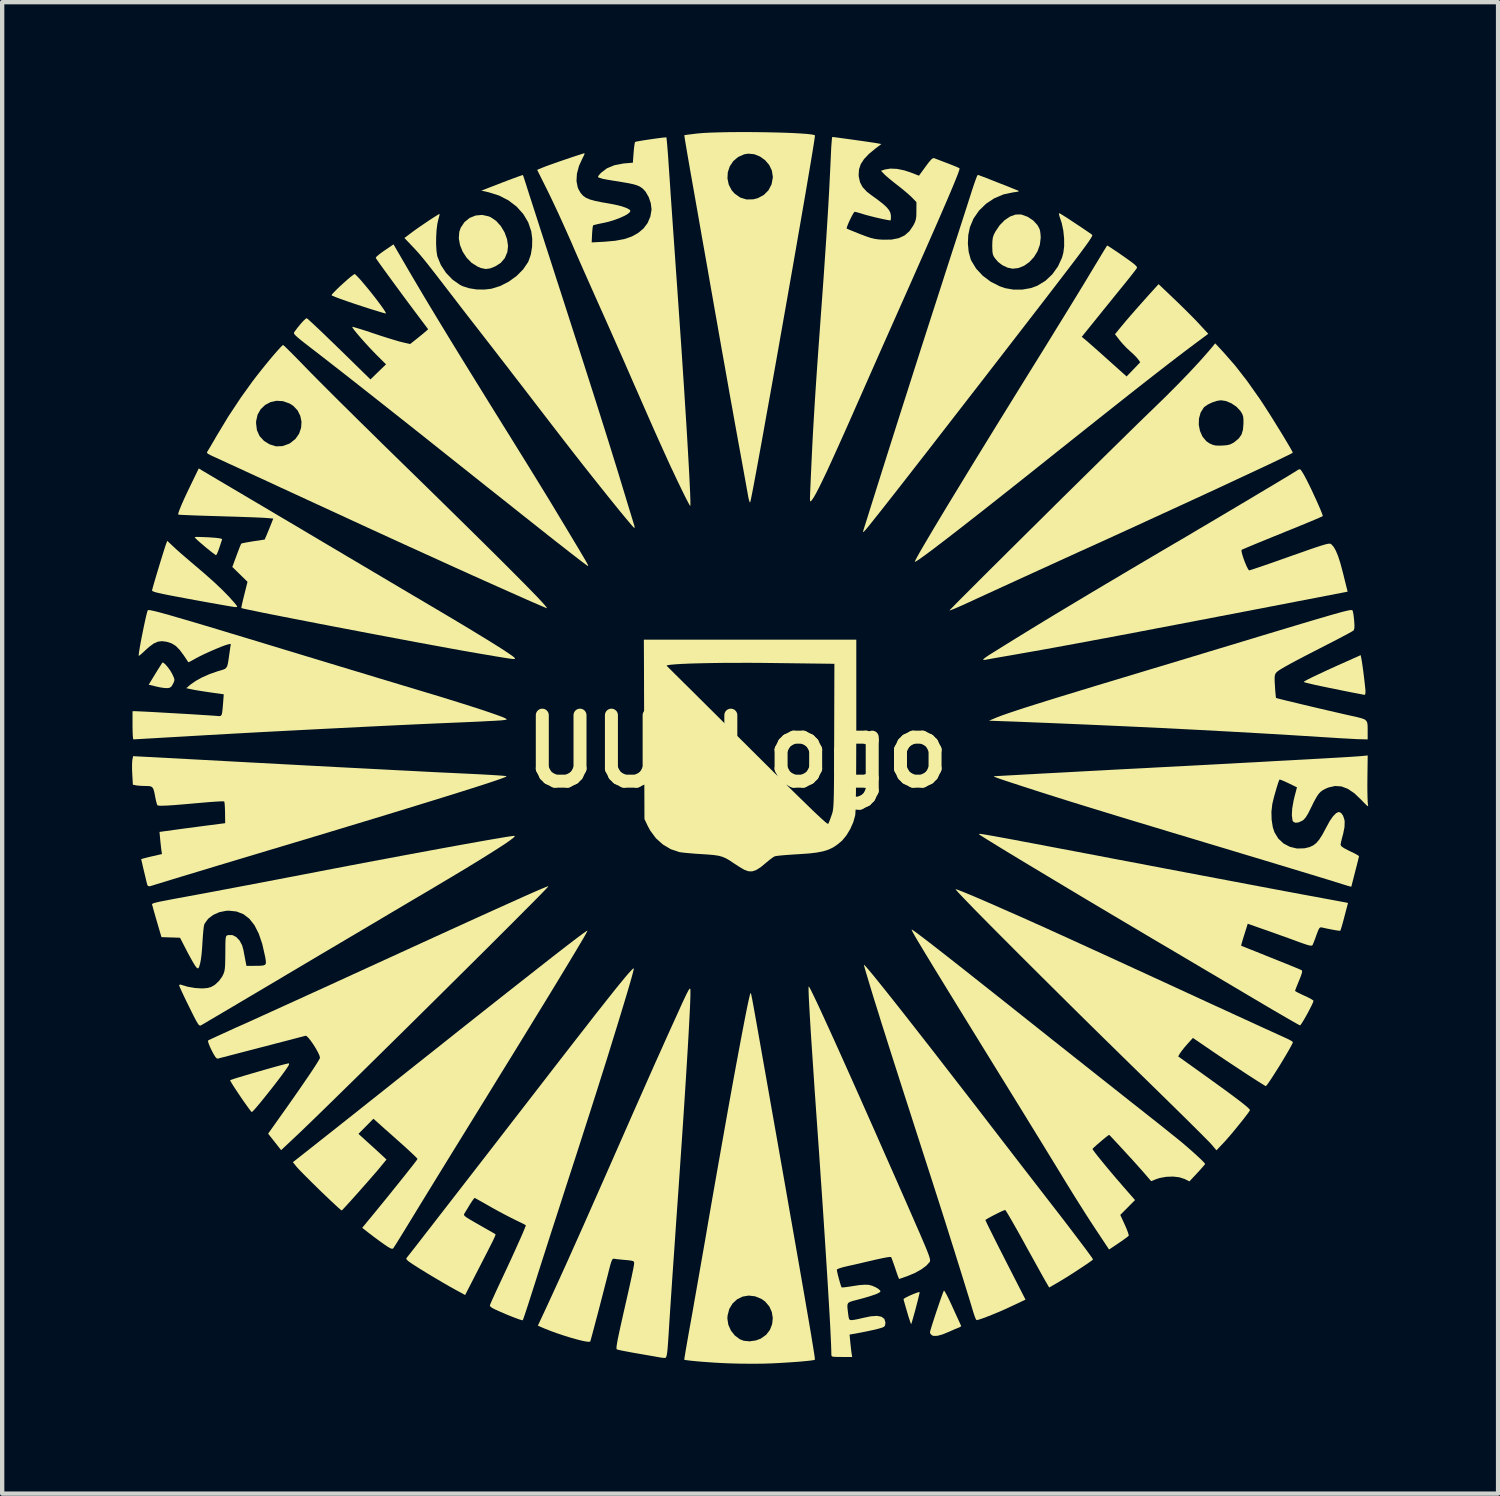
<source format=kicad_pcb>
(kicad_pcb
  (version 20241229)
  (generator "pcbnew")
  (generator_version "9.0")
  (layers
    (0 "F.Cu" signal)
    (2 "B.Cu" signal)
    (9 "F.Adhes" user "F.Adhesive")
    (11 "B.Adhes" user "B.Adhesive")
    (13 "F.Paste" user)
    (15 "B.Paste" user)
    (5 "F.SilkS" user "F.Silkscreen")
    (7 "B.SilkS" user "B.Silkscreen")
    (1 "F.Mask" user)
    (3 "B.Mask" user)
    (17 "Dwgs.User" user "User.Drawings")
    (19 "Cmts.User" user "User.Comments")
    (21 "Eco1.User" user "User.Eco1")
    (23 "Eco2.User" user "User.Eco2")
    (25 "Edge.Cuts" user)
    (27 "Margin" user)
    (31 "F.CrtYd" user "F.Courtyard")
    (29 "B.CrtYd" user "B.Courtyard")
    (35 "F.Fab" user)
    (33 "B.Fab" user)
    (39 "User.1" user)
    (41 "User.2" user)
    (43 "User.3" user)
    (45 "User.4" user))
  (footprint "UU_Logo"
    (layer "F.Cu")
    (at 13.975 14.303)
    (property "Reference" "UU_Logo" (at 0 0 0) (layer "F.SilkS") (effects (font (size 1.524 1.524) (thickness 0.3))))
    (attr board_only exclude_from_pos_files exclude_from_bom)
    (fp_poly (pts (xy -13.248 -2.044) (xy -13.204 -2.006) (xy -13.152 -1.946) (xy -13.098 -1.873) (xy -13.053 -1.797) (xy -13.047 -1.785) (xy -13.012 -1.71) (xy -12.997 -1.662) (xy -13.001 -1.621) (xy -13.023 -1.57) (xy -13.029 -1.559) (xy -13.066 -1.496) (xy -13.108 -1.467) (xy -13.163 -1.459) (xy -13.233 -1.463) (xy -13.329 -1.477) (xy -13.42 -1.497) (xy -13.59 -1.539) (xy -13.438 -1.789) (xy -13.377 -1.888) (xy -13.325 -1.97) (xy -13.289 -2.027) (xy -13.274 -2.05)) (stroke (width 0) (type solid)) (fill yes) (layer "F.SilkS"))
    (fp_poly (pts (xy 4.213 12.516) (xy 4.198 12.58) (xy 4.176 12.671) (xy 4.148 12.779) (xy 4.118 12.895) (xy 4.087 13.008) (xy 4.059 13.107) (xy 4.037 13.183) (xy 4.022 13.226) (xy 4.02 13.231) (xy 4.01 13.211) (xy 3.99 13.153) (xy 3.961 13.065) (xy 3.929 12.957) (xy 3.896 12.844) (xy 3.869 12.749) (xy 3.85 12.682) (xy 3.844 12.653) (xy 3.864 12.635) (xy 3.917 12.605) (xy 3.991 12.57) (xy 4.071 12.536) (xy 4.145 12.507) (xy 4.198 12.491) (xy 4.216 12.491)) (stroke (width 0) (type solid)) (fill yes) (layer "F.SilkS"))
    (fp_poly (pts (xy -5.741 -12.357) (xy -5.693 -12.337) (xy -5.566 -12.251) (xy -5.457 -12.13) (xy -5.371 -11.986) (xy -5.314 -11.83) (xy -5.291 -11.673) (xy -5.306 -11.533) (xy -5.365 -11.392) (xy -5.46 -11.281) (xy -5.585 -11.201) (xy -5.705 -11.153) (xy -5.809 -11.14) (xy -5.918 -11.163) (xy -5.993 -11.195) (xy -6.132 -11.282) (xy -6.248 -11.401) (xy -6.339 -11.541) (xy -6.4 -11.693) (xy -6.428 -11.848) (xy -6.417 -11.997) (xy -6.383 -12.095) (xy -6.295 -12.225) (xy -6.177 -12.32) (xy -6.04 -12.375) (xy -5.891 -12.389)) (stroke (width 0) (type solid)) (fill yes) (layer "F.SilkS"))
    (fp_poly (pts (xy -12.333 -4.948) (xy -12.214 -4.943) (xy -12.2 -4.942) (xy -12.054 -4.932) (xy -11.956 -4.92) (xy -11.904 -4.907) (xy -11.894 -4.895) (xy -11.907 -4.859) (xy -11.93 -4.789) (xy -11.959 -4.702) (xy -11.96 -4.698) (xy -11.99 -4.615) (xy -12.016 -4.555) (xy -12.034 -4.53) (xy -12.035 -4.529) (xy -12.06 -4.545) (xy -12.116 -4.586) (xy -12.194 -4.647) (xy -12.286 -4.722) (xy -12.297 -4.732) (xy -12.388 -4.809) (xy -12.462 -4.874) (xy -12.511 -4.922) (xy -12.529 -4.946) (xy -12.529 -4.947) (xy -12.5 -4.951) (xy -12.431 -4.951)) (stroke (width 0) (type solid)) (fill yes) (layer "F.SilkS"))
    (fp_poly (pts (xy 14.418 -2.143) (xy 14.43 -2.076) (xy 14.445 -1.975) (xy 14.462 -1.854) (xy 14.478 -1.723) (xy 14.493 -1.597) (xy 14.505 -1.487) (xy 14.513 -1.406) (xy 14.514 -1.374) (xy 14.509 -1.323) (xy 14.496 -1.303) (xy 14.465 -1.309) (xy 14.396 -1.322) (xy 14.297 -1.341) (xy 14.181 -1.363) (xy 14.176 -1.364) (xy 13.918 -1.416) (xy 13.688 -1.463) (xy 13.49 -1.504) (xy 13.329 -1.539) (xy 13.206 -1.568) (xy 13.125 -1.588) (xy 13.089 -1.601) (xy 13.088 -1.603) (xy 13.11 -1.621) (xy 13.176 -1.657) (xy 13.282 -1.71) (xy 13.425 -1.778) (xy 13.602 -1.861) (xy 13.81 -1.956) (xy 13.989 -2.036) (xy 14.402 -2.221)) (stroke (width 0) (type solid)) (fill yes) (layer "F.SilkS"))
    (fp_poly (pts (xy 4.793 12.471) (xy 4.825 12.526) (xy 4.87 12.612) (xy 4.924 12.724) (xy 4.979 12.844) (xy 5.039 12.976) (xy 5.092 13.092) (xy 5.135 13.185) (xy 5.163 13.247) (xy 5.174 13.269) (xy 5.162 13.291) (xy 5.138 13.303) (xy 5.095 13.32) (xy 5.02 13.351) (xy 4.928 13.392) (xy 4.901 13.404) (xy 4.748 13.467) (xy 4.629 13.5) (xy 4.543 13.503) (xy 4.498 13.488) (xy 4.462 13.448) (xy 4.454 13.421) (xy 4.462 13.386) (xy 4.483 13.313) (xy 4.515 13.211) (xy 4.554 13.09) (xy 4.597 12.959) (xy 4.642 12.826) (xy 4.685 12.701) (xy 4.723 12.593) (xy 4.753 12.511) (xy 4.773 12.463) (xy 4.777 12.456)) (stroke (width 0) (type solid)) (fill yes) (layer "F.SilkS"))
    (fp_poly (pts (xy -8.808 -11.005) (xy -8.76 -10.956) (xy -8.694 -10.885) (xy -8.631 -10.811) (xy -8.524 -10.683) (xy -8.421 -10.555) (xy -8.326 -10.433) (xy -8.244 -10.323) (xy -8.177 -10.23) (xy -8.132 -10.161) (xy -8.111 -10.12) (xy -8.113 -10.112) (xy -8.148 -10.12) (xy -8.22 -10.14) (xy -8.321 -10.171) (xy -8.441 -10.208) (xy -8.483 -10.221) (xy -8.678 -10.284) (xy -8.86 -10.344) (xy -9.023 -10.4) (xy -9.161 -10.449) (xy -9.269 -10.489) (xy -9.34 -10.518) (xy -9.367 -10.533) (xy -9.356 -10.555) (xy -9.314 -10.601) (xy -9.25 -10.666) (xy -9.172 -10.741) (xy -9.086 -10.819) (xy -9.002 -10.894) (xy -8.927 -10.958) (xy -8.868 -11.003) (xy -8.835 -11.023) (xy -8.833 -11.023)) (stroke (width 0) (type solid)) (fill yes) (layer "F.SilkS"))
    (fp_poly (pts (xy 6.565 -12.398) (xy 6.71 -12.346) (xy 6.838 -12.261) (xy 6.938 -12.153) (xy 6.986 -12.063) (xy 7.001 -12.002) (xy 7.01 -11.915) (xy 7.012 -11.857) (xy 6.992 -11.697) (xy 6.938 -11.548) (xy 6.855 -11.414) (xy 6.75 -11.301) (xy 6.629 -11.215) (xy 6.498 -11.162) (xy 6.364 -11.147) (xy 6.25 -11.17) (xy 6.124 -11.229) (xy 6.027 -11.304) (xy 5.964 -11.378) (xy 5.928 -11.429) (xy 5.907 -11.479) (xy 5.897 -11.542) (xy 5.894 -11.634) (xy 5.893 -11.672) (xy 5.896 -11.782) (xy 5.906 -11.862) (xy 5.928 -11.93) (xy 5.966 -12.005) (xy 5.967 -12.006) (xy 6.065 -12.151) (xy 6.18 -12.268) (xy 6.304 -12.351) (xy 6.431 -12.397) (xy 6.553 -12.4)) (stroke (width 0) (type solid)) (fill yes) (layer "F.SilkS"))
    (fp_poly (pts (xy -10.348 7.225) (xy -10.359 7.255) (xy -10.393 7.309) (xy -10.45 7.391) (xy -10.525 7.493) (xy -10.614 7.611) (xy -10.711 7.737) (xy -10.812 7.865) (xy -10.911 7.989) (xy -11.003 8.103) (xy -11.085 8.201) (xy -11.15 8.276) (xy -11.194 8.321) (xy -11.21 8.333) (xy -11.229 8.314) (xy -11.271 8.259) (xy -11.331 8.176) (xy -11.405 8.072) (xy -11.474 7.971) (xy -11.553 7.853) (xy -11.621 7.75) (xy -11.672 7.668) (xy -11.703 7.615) (xy -11.71 7.598) (xy -11.681 7.586) (xy -11.612 7.562) (xy -11.509 7.53) (xy -11.382 7.492) (xy -11.236 7.449) (xy -11.081 7.404) (xy -10.923 7.358) (xy -10.771 7.315) (xy -10.631 7.276) (xy -10.512 7.244) (xy -10.421 7.221) (xy -10.366 7.208) (xy -10.355 7.207)) (stroke (width 0) (type solid)) (fill yes) (layer "F.SilkS"))
    (fp_poly (pts (xy -13.018 -4.726) (xy -12.947 -4.66) (xy -12.848 -4.572) (xy -12.733 -4.473) (xy -12.614 -4.371) (xy -12.575 -4.338) (xy -12.309 -4.111) (xy -12.081 -3.909) (xy -11.891 -3.729) (xy -11.734 -3.569) (xy -11.608 -3.427) (xy -11.564 -3.372) (xy -11.545 -3.34) (xy -11.565 -3.331) (xy -11.59 -3.331) (xy -11.628 -3.336) (xy -11.71 -3.349) (xy -11.827 -3.369) (xy -11.975 -3.395) (xy -12.146 -3.425) (xy -12.334 -3.459) (xy -12.437 -3.478) (xy -12.7 -3.526) (xy -12.917 -3.567) (xy -13.093 -3.6) (xy -13.232 -3.628) (xy -13.338 -3.651) (xy -13.415 -3.669) (xy -13.466 -3.685) (xy -13.497 -3.698) (xy -13.511 -3.709) (xy -13.513 -3.716) (xy -13.506 -3.746) (xy -13.487 -3.816) (xy -13.458 -3.917) (xy -13.422 -4.039) (xy -13.381 -4.176) (xy -13.338 -4.317) (xy -13.296 -4.454) (xy -13.257 -4.58) (xy -13.224 -4.684) (xy -13.2 -4.76) (xy -13.189 -4.789) (xy -13.162 -4.861)) (stroke (width 0) (type solid)) (fill yes) (layer "F.SilkS"))
    (fp_poly (pts (xy 14.204 -3.261) (xy 14.213 -3.255) (xy 14.214 -3.253) (xy 14.226 -3.214) (xy 14.239 -3.139) (xy 14.25 -3.043) (xy 14.252 -3.021) (xy 14.259 -2.913) (xy 14.257 -2.843) (xy 14.245 -2.802) (xy 14.236 -2.79) (xy 14.205 -2.77) (xy 14.136 -2.731) (xy 14.034 -2.676) (xy 13.907 -2.609) (xy 13.759 -2.532) (xy 13.601 -2.451) (xy 13.336 -2.315) (xy 13.113 -2.2) (xy 12.928 -2.103) (xy 12.779 -2.023) (xy 12.662 -1.958) (xy 12.573 -1.906) (xy 12.51 -1.866) (xy 12.469 -1.835) (xy 12.453 -1.819) (xy 12.432 -1.789) (xy 12.42 -1.752) (xy 12.415 -1.698) (xy 12.416 -1.614) (xy 12.423 -1.502) (xy 12.43 -1.394) (xy 12.438 -1.306) (xy 12.444 -1.248) (xy 12.448 -1.233) (xy 12.473 -1.225) (xy 12.542 -1.207) (xy 12.646 -1.181) (xy 12.78 -1.149) (xy 12.937 -1.111) (xy 13.111 -1.069) (xy 13.296 -1.025) (xy 13.485 -0.981) (xy 13.672 -0.937) (xy 13.851 -0.896) (xy 14.015 -0.858) (xy 14.158 -0.826) (xy 14.169 -0.823) (xy 14.315 -0.791) (xy 14.42 -0.764) (xy 14.491 -0.738) (xy 14.533 -0.704) (xy 14.555 -0.658) (xy 14.563 -0.593) (xy 14.564 -0.501) (xy 14.564 -0.457) (xy 14.564 -0.275) (xy 14.395 -0.279) (xy 14.325 -0.281) (xy 14.213 -0.287) (xy 14.069 -0.295) (xy 13.9 -0.304) (xy 13.716 -0.316) (xy 13.538 -0.327) (xy 12.858 -0.37) (xy 12.134 -0.413) (xy 11.375 -0.456) (xy 10.588 -0.498) (xy 9.78 -0.539) (xy 8.958 -0.578) (xy 8.129 -0.615) (xy 7.302 -0.65) (xy 6.483 -0.683) (xy 6.269 -0.691) (xy 5.818 -0.707) (xy 5.926 -0.753) (xy 6.015 -0.79) (xy 6.13 -0.833) (xy 6.274 -0.883) (xy 6.449 -0.942) (xy 6.658 -1.01) (xy 6.901 -1.087) (xy 7.183 -1.175) (xy 7.505 -1.275) (xy 7.87 -1.386) (xy 8.279 -1.511) (xy 8.458 -1.565) (xy 8.797 -1.667) (xy 9.166 -1.778) (xy 9.555 -1.896) (xy 9.955 -2.016) (xy 10.355 -2.137) (xy 10.745 -2.255) (xy 11.114 -2.367) (xy 11.454 -2.469) (xy 11.674 -2.536) (xy 12.077 -2.658) (xy 12.435 -2.766) (xy 12.751 -2.861) (xy 13.027 -2.944) (xy 13.265 -3.015) (xy 13.469 -3.075) (xy 13.642 -3.126) (xy 13.785 -3.167) (xy 13.903 -3.2) (xy 13.996 -3.225) (xy 14.069 -3.243) (xy 14.123 -3.255) (xy 14.162 -3.261) (xy 14.188 -3.263)) (stroke (width 0) (type solid)) (fill yes) (layer "F.SilkS"))
    (fp_poly (pts (xy -4.358 3.116) (xy -4.373 3.136) (xy -4.422 3.188) (xy -4.502 3.271) (xy -4.611 3.382) (xy -4.746 3.519) (xy -4.907 3.68) (xy -5.089 3.863) (xy -5.292 4.066) (xy -5.512 4.286) (xy -5.747 4.521) (xy -5.996 4.768) (xy -6.256 5.026) (xy -6.525 5.293) (xy -6.8 5.566) (xy -7.08 5.843) (xy -7.361 6.121) (xy -7.642 6.399) (xy -7.921 6.674) (xy -8.195 6.944) (xy -8.462 7.207) (xy -8.72 7.461) (xy -8.967 7.703) (xy -9.2 7.931) (xy -9.416 8.143) (xy -9.615 8.337) (xy -9.793 8.51) (xy -9.949 8.66) (xy -10.079 8.786) (xy -10.183 8.884) (xy -10.204 8.904) (xy -10.532 9.212) (xy -10.682 9.021) (xy -10.832 8.831) (xy -10.429 8.263) (xy -10.274 8.043) (xy -10.13 7.837) (xy -10 7.648) (xy -9.885 7.48) (xy -9.789 7.336) (xy -9.714 7.22) (xy -9.663 7.136) (xy -9.637 7.088) (xy -9.634 7.079) (xy -9.647 7.026) (xy -9.682 6.95) (xy -9.731 6.862) (xy -9.788 6.77) (xy -9.848 6.685) (xy -9.902 6.617) (xy -9.946 6.576) (xy -9.967 6.569) (xy -9.997 6.578) (xy -10.071 6.597) (xy -10.182 6.626) (xy -10.325 6.664) (xy -10.496 6.708) (xy -10.688 6.758) (xy -10.897 6.813) (xy -10.973 6.832) (xy -11.187 6.888) (xy -11.388 6.94) (xy -11.568 6.987) (xy -11.723 7.027) (xy -11.849 7.06) (xy -11.938 7.083) (xy -11.986 7.096) (xy -11.992 7.097) (xy -12.019 7.093) (xy -12.05 7.06) (xy -12.092 6.993) (xy -12.138 6.905) (xy -12.181 6.813) (xy -12.21 6.738) (xy -12.222 6.691) (xy -12.22 6.681) (xy -12.193 6.666) (xy -12.126 6.634) (xy -12.024 6.587) (xy -11.894 6.527) (xy -11.74 6.457) (xy -11.569 6.379) (xy -11.474 6.337) (xy -11.344 6.279) (xy -11.174 6.202) (xy -10.967 6.108) (xy -10.728 5.999) (xy -10.462 5.878) (xy -10.173 5.747) (xy -9.866 5.606) (xy -9.544 5.46) (xy -9.214 5.309) (xy -8.878 5.155) (xy -8.543 5.002) (xy -8.496 4.98) (xy -7.954 4.732) (xy -7.456 4.504) (xy -7.001 4.296) (xy -6.587 4.107) (xy -6.214 3.937) (xy -5.879 3.785) (xy -5.581 3.65) (xy -5.319 3.532) (xy -5.092 3.43) (xy -4.899 3.343) (xy -4.737 3.271) (xy -4.606 3.214) (xy -4.504 3.171) (xy -4.429 3.14) (xy -4.382 3.122) (xy -4.36 3.116)) (stroke (width 0) (type solid)) (fill yes) (layer "F.SilkS"))
    (fp_poly (pts (xy -12.354 -6.485) (xy -12.316 -6.462) (xy -12.239 -6.417) (xy -12.13 -6.352) (xy -11.992 -6.27) (xy -11.831 -6.175) (xy -11.652 -6.069) (xy -11.46 -5.956) (xy -11.374 -5.905) (xy -11.165 -5.781) (xy -10.922 -5.638) (xy -10.654 -5.479) (xy -10.37 -5.311) (xy -10.079 -5.139) (xy -9.79 -4.967) (xy -9.512 -4.802) (xy -9.284 -4.667) (xy -9.008 -4.503) (xy -8.7 -4.321) (xy -8.373 -4.127) (xy -8.037 -3.928) (xy -7.703 -3.73) (xy -7.383 -3.541) (xy -7.087 -3.366) (xy -6.919 -3.267) (xy -6.581 -3.066) (xy -6.274 -2.883) (xy -6.001 -2.717) (xy -5.762 -2.571) (xy -5.559 -2.445) (xy -5.394 -2.34) (xy -5.268 -2.256) (xy -5.181 -2.195) (xy -5.137 -2.157) (xy -5.13 -2.146) (xy -5.132 -2.139) (xy -5.139 -2.134) (xy -5.158 -2.132) (xy -5.193 -2.134) (xy -5.249 -2.141) (xy -5.33 -2.153) (xy -5.442 -2.171) (xy -5.588 -2.195) (xy -5.775 -2.227) (xy -5.993 -2.264) (xy -6.163 -2.293) (xy -6.365 -2.329) (xy -6.596 -2.371) (xy -6.852 -2.418) (xy -7.128 -2.469) (xy -7.423 -2.523) (xy -7.73 -2.581) (xy -8.048 -2.641) (xy -8.372 -2.702) (xy -8.698 -2.764) (xy -9.023 -2.826) (xy -9.343 -2.887) (xy -9.654 -2.947) (xy -9.953 -3.005) (xy -10.235 -3.06) (xy -10.496 -3.111) (xy -10.734 -3.158) (xy -10.945 -3.2) (xy -11.123 -3.237) (xy -11.267 -3.266) (xy -11.372 -3.289) (xy -11.434 -3.304) (xy -11.451 -3.309) (xy -11.448 -3.335) (xy -11.435 -3.4) (xy -11.413 -3.494) (xy -11.385 -3.608) (xy -11.383 -3.616) (xy -11.308 -3.915) (xy -11.659 -4.258) (xy -11.562 -4.521) (xy -11.522 -4.627) (xy -11.488 -4.716) (xy -11.463 -4.776) (xy -11.453 -4.797) (xy -11.424 -4.806) (xy -11.356 -4.82) (xy -11.261 -4.837) (xy -11.176 -4.851) (xy -10.912 -4.891) (xy -10.863 -5.004) (xy -10.824 -5.098) (xy -10.781 -5.204) (xy -10.764 -5.247) (xy -10.713 -5.376) (xy -10.893 -5.391) (xy -10.96 -5.395) (xy -11.07 -5.4) (xy -11.216 -5.406) (xy -11.391 -5.412) (xy -11.587 -5.419) (xy -11.798 -5.425) (xy -11.985 -5.431) (xy -12.194 -5.437) (xy -12.386 -5.443) (xy -12.557 -5.449) (xy -12.7 -5.455) (xy -12.81 -5.46) (xy -12.881 -5.464) (xy -12.908 -5.467) (xy -12.908 -5.467) (xy -12.906 -5.499) (xy -12.882 -5.571) (xy -12.837 -5.682) (xy -12.773 -5.828) (xy -12.69 -6.006) (xy -12.62 -6.151) (xy -12.434 -6.534)) (stroke (width 0) (type solid)) (fill yes) (layer "F.SilkS"))
    (fp_poly (pts (xy -10.464 -9.367) (xy -10.412 -9.318) (xy -10.334 -9.241) (xy -10.235 -9.142) (xy -10.119 -9.024) (xy -9.991 -8.892) (xy -9.943 -8.843) (xy -9.842 -8.739) (xy -9.709 -8.605) (xy -9.548 -8.443) (xy -9.363 -8.258) (xy -9.158 -8.054) (xy -8.936 -7.835) (xy -8.703 -7.604) (xy -8.461 -7.367) (xy -8.216 -7.125) (xy -7.97 -6.885) (xy -7.908 -6.824) (xy -7.435 -6.362) (xy -6.998 -5.935) (xy -6.597 -5.541) (xy -6.23 -5.18) (xy -5.898 -4.853) (xy -5.6 -4.558) (xy -5.336 -4.295) (xy -5.106 -4.064) (xy -4.908 -3.865) (xy -4.743 -3.696) (xy -4.61 -3.559) (xy -4.509 -3.451) (xy -4.44 -3.373) (xy -4.401 -3.325) (xy -4.393 -3.306) (xy -4.395 -3.305) (xy -4.422 -3.315) (xy -4.49 -3.344) (xy -4.592 -3.388) (xy -4.724 -3.445) (xy -4.881 -3.514) (xy -5.056 -3.592) (xy -5.218 -3.664) (xy -5.535 -3.805) (xy -5.852 -3.947) (xy -6.173 -4.091) (xy -6.503 -4.24) (xy -6.844 -4.395) (xy -7.202 -4.558) (xy -7.581 -4.73) (xy -7.985 -4.915) (xy -8.417 -5.113) (xy -8.882 -5.327) (xy -9.384 -5.559) (xy -9.928 -5.809) (xy -9.935 -5.813) (xy -10.243 -5.955) (xy -10.541 -6.092) (xy -10.823 -6.223) (xy -11.088 -6.345) (xy -11.331 -6.457) (xy -11.55 -6.558) (xy -11.741 -6.645) (xy -11.9 -6.719) (xy -12.024 -6.776) (xy -12.11 -6.815) (xy -12.154 -6.836) (xy -12.157 -6.837) (xy -12.224 -6.873) (xy -12.246 -6.901) (xy -12.241 -6.915) (xy -12.221 -6.946) (xy -12.181 -7.012) (xy -12.126 -7.106) (xy -12.061 -7.217) (xy -12.025 -7.28) (xy -11.842 -7.583) (xy -11.111 -7.583) (xy -11.091 -7.418) (xy -11.03 -7.281) (xy -10.927 -7.169) (xy -10.798 -7.09) (xy -10.651 -7.044) (xy -10.501 -7.049) (xy -10.35 -7.103) (xy -10.32 -7.12) (xy -10.2 -7.216) (xy -10.117 -7.335) (xy -10.071 -7.47) (xy -10.061 -7.61) (xy -10.089 -7.748) (xy -10.152 -7.874) (xy -10.252 -7.98) (xy -10.336 -8.033) (xy -10.488 -8.087) (xy -10.638 -8.096) (xy -10.778 -8.065) (xy -10.903 -7.998) (xy -11.005 -7.9) (xy -11.076 -7.775) (xy -11.109 -7.626) (xy -11.111 -7.583) (xy -11.842 -7.583) (xy -11.756 -7.726) (xy -11.462 -8.17) (xy -11.192 -8.546) (xy -11.096 -8.671) (xy -10.993 -8.802) (xy -10.888 -8.932) (xy -10.785 -9.057) (xy -10.69 -9.17) (xy -10.607 -9.264) (xy -10.542 -9.335) (xy -10.5 -9.376) (xy -10.486 -9.384)) (stroke (width 0) (type solid)) (fill yes) (layer "F.SilkS"))
    (fp_poly (pts (xy 8.568 -11.671) (xy 8.624 -11.636) (xy 8.707 -11.581) (xy 8.811 -11.511) (xy 8.905 -11.446) (xy 9.037 -11.353) (xy 9.132 -11.284) (xy 9.193 -11.233) (xy 9.227 -11.197) (xy 9.237 -11.173) (xy 9.235 -11.163) (xy 9.212 -11.131) (xy 9.164 -11.068) (xy 9.096 -10.98) (xy 9.013 -10.876) (xy 8.95 -10.798) (xy 8.851 -10.676) (xy 8.73 -10.527) (xy 8.598 -10.363) (xy 8.463 -10.197) (xy 8.337 -10.04) (xy 8.323 -10.023) (xy 7.96 -9.573) (xy 8.052 -9.498) (xy 8.098 -9.459) (xy 8.174 -9.392) (xy 8.273 -9.305) (xy 8.389 -9.202) (xy 8.515 -9.089) (xy 8.57 -9.04) (xy 8.996 -8.658) (xy 9.154 -8.822) (xy 9.311 -8.986) (xy 9.261 -9.056) (xy 9.216 -9.109) (xy 9.148 -9.177) (xy 9.077 -9.241) (xy 8.986 -9.326) (xy 8.892 -9.427) (xy 8.835 -9.495) (xy 8.728 -9.634) (xy 8.875 -9.814) (xy 8.962 -9.919) (xy 9.076 -10.051) (xy 9.209 -10.204) (xy 9.353 -10.366) (xy 9.5 -10.531) (xy 9.613 -10.656) (xy 9.735 -10.79) (xy 10.107 -10.436) (xy 10.237 -10.311) (xy 10.37 -10.18) (xy 10.496 -10.054) (xy 10.605 -9.943) (xy 10.68 -9.862) (xy 10.882 -9.643) (xy 10.565 -9.407) (xy 10.381 -9.269) (xy 10.172 -9.11) (xy 9.935 -8.928) (xy 9.67 -8.722) (xy 9.375 -8.492) (xy 9.048 -8.235) (xy 8.689 -7.951) (xy 8.295 -7.639) (xy 7.865 -7.297) (xy 7.407 -6.933) (xy 6.943 -6.563) (xy 6.513 -6.221) (xy 6.116 -5.907) (xy 5.754 -5.621) (xy 5.426 -5.364) (xy 5.134 -5.136) (xy 4.877 -4.937) (xy 4.656 -4.768) (xy 4.472 -4.628) (xy 4.324 -4.519) (xy 4.214 -4.44) (xy 4.141 -4.393) (xy 4.107 -4.376) (xy 4.104 -4.378) (xy 4.117 -4.411) (xy 4.156 -4.485) (xy 4.219 -4.598) (xy 4.306 -4.748) (xy 4.415 -4.933) (xy 4.545 -5.153) (xy 4.696 -5.404) (xy 4.865 -5.685) (xy 5.054 -5.995) (xy 5.259 -6.332) (xy 5.48 -6.694) (xy 5.717 -7.079) (xy 5.967 -7.486) (xy 6.231 -7.913) (xy 6.506 -8.358) (xy 6.506 -8.358) (xy 6.754 -8.758) (xy 6.978 -9.119) (xy 7.18 -9.445) (xy 7.361 -9.74) (xy 7.526 -10.007) (xy 7.675 -10.249) (xy 7.811 -10.471) (xy 7.936 -10.676) (xy 8.053 -10.868) (xy 8.163 -11.051) (xy 8.252 -11.199) (xy 8.336 -11.337) (xy 8.41 -11.46) (xy 8.472 -11.562) (xy 8.517 -11.636) (xy 8.542 -11.676) (xy 8.546 -11.682)) (stroke (width 0) (type solid)) (fill yes) (layer "F.SilkS"))
    (fp_poly (pts (xy 0.445 -14.301) (xy 0.678 -14.298) (xy 0.904 -14.293) (xy 1.116 -14.287) (xy 1.31 -14.279) (xy 1.48 -14.269) (xy 1.619 -14.259) (xy 1.722 -14.247) (xy 1.784 -14.234) (xy 1.798 -14.226) (xy 1.796 -14.2) (xy 1.786 -14.127) (xy 1.768 -14.011) (xy 1.743 -13.855) (xy 1.711 -13.662) (xy 1.673 -13.435) (xy 1.629 -13.177) (xy 1.581 -12.892) (xy 1.527 -12.582) (xy 1.47 -12.251) (xy 1.409 -11.901) (xy 1.346 -11.536) (xy 1.28 -11.158) (xy 1.212 -10.772) (xy 1.143 -10.379) (xy 1.073 -9.983) (xy 1.003 -9.587) (xy 0.934 -9.194) (xy 0.865 -8.808) (xy 0.798 -8.431) (xy 0.732 -8.066) (xy 0.669 -7.716) (xy 0.61 -7.385) (xy 0.554 -7.076) (xy 0.502 -6.791) (xy 0.455 -6.534) (xy 0.413 -6.308) (xy 0.377 -6.116) (xy 0.347 -5.961) (xy 0.324 -5.846) (xy 0.308 -5.774) (xy 0.301 -5.748) (xy 0.288 -5.76) (xy 0.272 -5.811) (xy 0.256 -5.886) (xy 0.246 -5.944) (xy 0.228 -6.044) (xy 0.203 -6.183) (xy 0.172 -6.353) (xy 0.137 -6.548) (xy 0.098 -6.763) (xy 0.056 -6.992) (xy 0.028 -7.145) (xy -0.011 -7.361) (xy -0.058 -7.619) (xy -0.11 -7.912) (xy -0.168 -8.231) (xy -0.228 -8.57) (xy -0.29 -8.921) (xy -0.354 -9.277) (xy -0.416 -9.629) (xy -0.476 -9.972) (xy -0.501 -10.11) (xy -0.56 -10.447) (xy -0.622 -10.797) (xy -0.684 -11.155) (xy -0.747 -11.511) (xy -0.809 -11.859) (xy -0.867 -12.191) (xy -0.921 -12.499) (xy -0.97 -12.776) (xy -1.012 -13.015) (xy -1.027 -13.098) (xy -1.05 -13.23) (xy -0.223 -13.23) (xy -0.193 -13.088) (xy -0.123 -12.955) (xy -0.059 -12.883) (xy 0.072 -12.79) (xy 0.217 -12.746) (xy 0.374 -12.749) (xy 0.478 -12.776) (xy 0.617 -12.85) (xy 0.725 -12.959) (xy 0.796 -13.096) (xy 0.825 -13.252) (xy 0.825 -13.27) (xy 0.803 -13.413) (xy 0.741 -13.543) (xy 0.646 -13.654) (xy 0.528 -13.738) (xy 0.395 -13.791) (xy 0.254 -13.804) (xy 0.164 -13.789) (xy 0.022 -13.726) (xy -0.09 -13.63) (xy -0.17 -13.51) (xy -0.215 -13.373) (xy -0.223 -13.23) (xy -1.05 -13.23) (xy -1.068 -13.329) (xy -1.105 -13.543) (xy -1.139 -13.738) (xy -1.168 -13.907) (xy -1.191 -14.045) (xy -1.208 -14.148) (xy -1.217 -14.211) (xy -1.219 -14.23) (xy -1.193 -14.235) (xy -1.127 -14.244) (xy -1.032 -14.256) (xy -0.925 -14.269) (xy -0.797 -14.28) (xy -0.637 -14.289) (xy -0.451 -14.295) (xy -0.244 -14.3) (xy -0.022 -14.302) (xy 0.209 -14.303)) (stroke (width 0) (type solid)) (fill yes) (layer "F.SilkS"))
    (fp_poly (pts (xy 13.007 -6.511) (xy 13.034 -6.482) (xy 13.072 -6.42) (xy 13.103 -6.366) (xy 13.15 -6.278) (xy 13.205 -6.168) (xy 13.266 -6.043) (xy 13.327 -5.911) (xy 13.387 -5.781) (xy 13.44 -5.661) (xy 13.484 -5.558) (xy 13.514 -5.481) (xy 13.527 -5.438) (xy 13.527 -5.433) (xy 13.502 -5.42) (xy 13.436 -5.39) (xy 13.333 -5.346) (xy 13.199 -5.29) (xy 13.038 -5.224) (xy 12.856 -5.149) (xy 12.658 -5.069) (xy 12.595 -5.043) (xy 12.392 -4.961) (xy 12.204 -4.884) (xy 12.035 -4.815) (xy 11.89 -4.755) (xy 11.776 -4.707) (xy 11.695 -4.673) (xy 11.655 -4.654) (xy 11.652 -4.652) (xy 11.65 -4.621) (xy 11.664 -4.557) (xy 11.69 -4.473) (xy 11.723 -4.381) (xy 11.759 -4.294) (xy 11.793 -4.224) (xy 11.819 -4.184) (xy 11.828 -4.179) (xy 11.858 -4.187) (xy 11.93 -4.21) (xy 12.036 -4.246) (xy 12.172 -4.292) (xy 12.331 -4.347) (xy 12.508 -4.409) (xy 12.592 -4.439) (xy 12.846 -4.529) (xy 13.058 -4.603) (xy 13.23 -4.664) (xy 13.368 -4.711) (xy 13.476 -4.746) (xy 13.558 -4.771) (xy 13.618 -4.787) (xy 13.66 -4.795) (xy 13.689 -4.796) (xy 13.708 -4.791) (xy 13.722 -4.783) (xy 13.726 -4.78) (xy 13.78 -4.72) (xy 13.831 -4.629) (xy 13.883 -4.503) (xy 13.936 -4.337) (xy 13.992 -4.126) (xy 13.996 -4.11) (xy 14.101 -3.687) (xy 12.375 -3.354) (xy 11.748 -3.233) (xy 11.168 -3.122) (xy 10.632 -3.019) (xy 10.136 -2.924) (xy 9.678 -2.837) (xy 9.256 -2.756) (xy 8.865 -2.682) (xy 8.504 -2.614) (xy 8.17 -2.552) (xy 7.86 -2.494) (xy 7.571 -2.441) (xy 7.3 -2.391) (xy 7.045 -2.345) (xy 6.803 -2.302) (xy 6.57 -2.261) (xy 6.345 -2.221) (xy 6.169 -2.191) (xy 6.033 -2.167) (xy 5.912 -2.146) (xy 5.814 -2.128) (xy 5.751 -2.117) (xy 5.737 -2.114) (xy 5.694 -2.111) (xy 5.682 -2.12) (xy 5.702 -2.141) (xy 5.756 -2.181) (xy 5.835 -2.234) (xy 5.901 -2.275) (xy 6.174 -2.445) (xy 6.442 -2.611) (xy 6.71 -2.776) (xy 6.98 -2.941) (xy 7.258 -3.11) (xy 7.547 -3.284) (xy 7.852 -3.467) (xy 8.176 -3.661) (xy 8.524 -3.868) (xy 8.9 -4.091) (xy 9.307 -4.332) (xy 9.751 -4.594) (xy 10.11 -4.805) (xy 10.385 -4.966) (xy 10.664 -5.132) (xy 10.946 -5.298) (xy 11.224 -5.463) (xy 11.495 -5.624) (xy 11.756 -5.779) (xy 12.002 -5.926) (xy 12.23 -6.062) (xy 12.435 -6.184) (xy 12.613 -6.291) (xy 12.76 -6.38) (xy 12.873 -6.449) (xy 12.947 -6.495) (xy 12.954 -6.5) (xy 12.983 -6.515)) (stroke (width 0) (type solid)) (fill yes) (layer "F.SilkS"))
    (fp_poly (pts (xy 5.575 -13.309) (xy 5.61 -13.297) (xy 5.67 -13.274) (xy 5.758 -13.241) (xy 5.877 -13.194) (xy 6.031 -13.133) (xy 6.224 -13.057) (xy 6.459 -12.963) (xy 6.494 -12.949) (xy 6.508 -12.937) (xy 6.48 -12.925) (xy 6.406 -12.914) (xy 6.381 -12.911) (xy 6.153 -12.863) (xy 5.94 -12.773) (xy 5.75 -12.647) (xy 5.588 -12.489) (xy 5.461 -12.306) (xy 5.378 -12.109) (xy 5.339 -11.924) (xy 5.33 -11.728) (xy 5.348 -11.537) (xy 5.394 -11.368) (xy 5.411 -11.329) (xy 5.522 -11.147) (xy 5.674 -10.984) (xy 5.858 -10.846) (xy 6.067 -10.74) (xy 6.191 -10.697) (xy 6.382 -10.664) (xy 6.586 -10.664) (xy 6.785 -10.699) (xy 6.932 -10.752) (xy 7.119 -10.866) (xy 7.281 -11.018) (xy 7.411 -11.199) (xy 7.504 -11.401) (xy 7.535 -11.514) (xy 7.554 -11.667) (xy 7.553 -11.846) (xy 7.534 -12.029) (xy 7.498 -12.199) (xy 7.475 -12.27) (xy 7.444 -12.363) (xy 7.433 -12.414) (xy 7.443 -12.429) (xy 7.446 -12.428) (xy 7.479 -12.409) (xy 7.545 -12.368) (xy 7.635 -12.311) (xy 7.739 -12.242) (xy 7.851 -12.168) (xy 7.961 -12.095) (xy 8.059 -12.028) (xy 8.139 -11.974) (xy 8.19 -11.937) (xy 8.203 -11.926) (xy 8.204 -11.914) (xy 8.192 -11.887) (xy 8.167 -11.844) (xy 8.126 -11.781) (xy 8.067 -11.698) (xy 7.989 -11.592) (xy 7.891 -11.459) (xy 7.77 -11.299) (xy 7.625 -11.109) (xy 7.454 -10.886) (xy 7.256 -10.628) (xy 7.029 -10.333) (xy 6.58 -9.752) (xy 6.155 -9.202) (xy 5.754 -8.683) (xy 5.378 -8.198) (xy 5.027 -7.745) (xy 4.702 -7.326) (xy 4.404 -6.941) (xy 4.131 -6.591) (xy 3.886 -6.276) (xy 3.668 -5.997) (xy 3.477 -5.754) (xy 3.315 -5.548) (xy 3.181 -5.38) (xy 3.077 -5.249) (xy 3.002 -5.156) (xy 2.956 -5.103) (xy 2.947 -5.093) (xy 2.913 -5.064) (xy 2.907 -5.074) (xy 2.909 -5.081) (xy 2.92 -5.114) (xy 2.943 -5.188) (xy 2.978 -5.298) (xy 3.022 -5.438) (xy 3.073 -5.602) (xy 3.13 -5.783) (xy 3.165 -5.894) (xy 3.293 -6.301) (xy 3.434 -6.748) (xy 3.586 -7.227) (xy 3.746 -7.732) (xy 3.913 -8.254) (xy 4.083 -8.787) (xy 4.254 -9.322) (xy 4.425 -9.853) (xy 4.592 -10.371) (xy 4.753 -10.87) (xy 4.822 -11.086) (xy 4.913 -11.367) (xy 5.002 -11.642) (xy 5.088 -11.906) (xy 5.168 -12.154) (xy 5.241 -12.381) (xy 5.306 -12.582) (xy 5.36 -12.751) (xy 5.403 -12.884) (xy 5.432 -12.976) (xy 5.438 -12.994) (xy 5.477 -13.111) (xy 5.512 -13.209) (xy 5.539 -13.279) (xy 5.557 -13.312) (xy 5.559 -13.313)) (stroke (width 0) (type solid)) (fill yes) (layer "F.SilkS"))
    (fp_poly (pts (xy -12.45 0.192) (xy -11.714 0.232) (xy -11.027 0.269) (xy -10.388 0.303) (xy -9.795 0.335) (xy -9.248 0.364) (xy -8.745 0.39) (xy -8.284 0.414) (xy -7.866 0.436) (xy -7.488 0.455) (xy -7.15 0.473) (xy -6.85 0.488) (xy -6.587 0.5) (xy -6.36 0.511) (xy -6.256 0.516) (xy -6.047 0.526) (xy -5.854 0.536) (xy -5.682 0.546) (xy -5.537 0.555) (xy -5.426 0.563) (xy -5.352 0.57) (xy -5.324 0.575) (xy -5.324 0.575) (xy -5.341 0.588) (xy -5.405 0.615) (xy -5.517 0.655) (xy -5.676 0.709) (xy -5.881 0.777) (xy -6.133 0.857) (xy -6.43 0.951) (xy -6.773 1.058) (xy -7.161 1.178) (xy -7.593 1.311) (xy -8.07 1.457) (xy -8.59 1.615) (xy -9.154 1.786) (xy -9.76 1.969) (xy -10.41 2.164) (xy -10.423 2.168) (xy -10.751 2.266) (xy -11.076 2.364) (xy -11.392 2.459) (xy -11.694 2.55) (xy -11.979 2.635) (xy -12.241 2.715) (xy -12.477 2.786) (xy -12.681 2.848) (xy -12.85 2.899) (xy -12.978 2.938) (xy -13.038 2.956) (xy -13.188 3.002) (xy -13.324 3.044) (xy -13.437 3.078) (xy -13.52 3.104) (xy -13.564 3.117) (xy -13.568 3.118) (xy -13.609 3.109) (xy -13.622 3.085) (xy -13.633 3.046) (xy -13.651 2.973) (xy -13.673 2.878) (xy -13.698 2.774) (xy -13.723 2.671) (xy -13.743 2.582) (xy -13.758 2.518) (xy -13.764 2.491) (xy -13.764 2.491) (xy -13.741 2.483) (xy -13.68 2.466) (xy -13.591 2.444) (xy -13.524 2.428) (xy -13.284 2.373) (xy -13.298 2.281) (xy -13.307 2.206) (xy -13.318 2.106) (xy -13.326 2.026) (xy -13.341 1.862) (xy -13.008 1.816) (xy -12.861 1.796) (xy -12.683 1.772) (xy -12.493 1.747) (xy -12.311 1.723) (xy -12.25 1.715) (xy -11.824 1.66) (xy -11.827 1.417) (xy -11.83 1.311) (xy -11.835 1.225) (xy -11.842 1.171) (xy -11.847 1.158) (xy -11.875 1.155) (xy -11.946 1.157) (xy -12.051 1.163) (xy -12.182 1.172) (xy -12.332 1.185) (xy -12.356 1.187) (xy -12.619 1.21) (xy -12.836 1.229) (xy -13.011 1.243) (xy -13.148 1.252) (xy -13.25 1.256) (xy -13.322 1.257) (xy -13.367 1.253) (xy -13.39 1.246) (xy -13.392 1.243) (xy -13.405 1.206) (xy -13.423 1.136) (xy -13.44 1.053) (xy -13.462 0.939) (xy -13.484 0.866) (xy -13.514 0.825) (xy -13.559 0.806) (xy -13.628 0.801) (xy -13.661 0.801) (xy -13.756 0.798) (xy -13.843 0.792) (xy -13.882 0.786) (xy -13.956 0.771) (xy -13.97 0.529) (xy -13.975 0.413) (xy -13.975 0.306) (xy -13.971 0.224) (xy -13.968 0.2) (xy -13.951 0.112)) (stroke (width 0) (type solid)) (fill yes) (layer "F.SilkS"))
    (fp_poly (pts (xy 2.943 4.939) (xy 2.987 4.987) (xy 3.059 5.072) (xy 3.159 5.192) (xy 3.284 5.347) (xy 3.435 5.535) (xy 3.609 5.754) (xy 3.806 6.003) (xy 4.024 6.281) (xy 4.263 6.587) (xy 4.522 6.918) (xy 4.798 7.275) (xy 5.092 7.654) (xy 5.403 8.055) (xy 5.656 8.383) (xy 5.856 8.643) (xy 6.074 8.926) (xy 6.304 9.224) (xy 6.538 9.528) (xy 6.77 9.828) (xy 6.993 10.116) (xy 7.2 10.384) (xy 7.385 10.622) (xy 7.412 10.657) (xy 7.567 10.858) (xy 7.712 11.048) (xy 7.844 11.222) (xy 7.961 11.377) (xy 8.06 11.508) (xy 8.137 11.614) (xy 8.191 11.689) (xy 8.218 11.73) (xy 8.22 11.737) (xy 8.194 11.76) (xy 8.133 11.804) (xy 8.044 11.865) (xy 7.937 11.936) (xy 7.819 12.014) (xy 7.697 12.092) (xy 7.579 12.166) (xy 7.474 12.23) (xy 7.427 12.258) (xy 7.208 12.385) (xy 7.125 12.242) (xy 7.093 12.186) (xy 7.04 12.092) (xy 6.971 11.967) (xy 6.888 11.817) (xy 6.795 11.649) (xy 6.695 11.47) (xy 6.631 11.352) (xy 6.533 11.175) (xy 6.442 11.013) (xy 6.36 10.869) (xy 6.292 10.751) (xy 6.239 10.662) (xy 6.204 10.608) (xy 6.192 10.594) (xy 6.164 10.602) (xy 6.103 10.628) (xy 6.022 10.667) (xy 5.933 10.712) (xy 5.848 10.757) (xy 5.777 10.797) (xy 5.734 10.825) (xy 5.744 10.848) (xy 5.773 10.911) (xy 5.821 11.009) (xy 5.885 11.137) (xy 5.962 11.292) (xy 6.05 11.467) (xy 6.148 11.659) (xy 6.193 11.748) (xy 6.661 12.664) (xy 6.323 12.824) (xy 6.191 12.885) (xy 6.05 12.947) (xy 5.909 13.005) (xy 5.779 13.057) (xy 5.666 13.099) (xy 5.581 13.127) (xy 5.532 13.138) (xy 5.531 13.138) (xy 5.514 13.116) (xy 5.49 13.057) (xy 5.462 12.974) (xy 5.456 12.957) (xy 5.407 12.792) (xy 5.344 12.586) (xy 5.27 12.347) (xy 5.187 12.079) (xy 5.097 11.791) (xy 5.003 11.49) (xy 4.905 11.18) (xy 4.808 10.871) (xy 4.711 10.567) (xy 4.618 10.276) (xy 4.531 10.005) (xy 4.529 9.997) (xy 4.371 9.508) (xy 4.228 9.064) (xy 4.098 8.661) (xy 3.981 8.296) (xy 3.875 7.968) (xy 3.78 7.672) (xy 3.695 7.405) (xy 3.618 7.166) (xy 3.549 6.949) (xy 3.487 6.754) (xy 3.431 6.576) (xy 3.379 6.413) (xy 3.331 6.262) (xy 3.287 6.119) (xy 3.244 5.982) (xy 3.202 5.848) (xy 3.176 5.765) (xy 3.117 5.573) (xy 3.063 5.395) (xy 3.016 5.238) (xy 2.977 5.107) (xy 2.948 5.008) (xy 2.932 4.947) (xy 2.928 4.93)) (stroke (width 0) (type solid)) (fill yes) (layer "F.SilkS"))
    (fp_poly (pts (xy 11.241 -9.209) (xy 11.505 -8.907) (xy 11.778 -8.556) (xy 12.06 -8.157) (xy 12.068 -8.146) (xy 12.139 -8.039) (xy 12.221 -7.912) (xy 12.311 -7.772) (xy 12.403 -7.625) (xy 12.495 -7.476) (xy 12.584 -7.332) (xy 12.664 -7.199) (xy 12.733 -7.083) (xy 12.787 -6.99) (xy 12.822 -6.926) (xy 12.834 -6.897) (xy 12.833 -6.896) (xy 12.8 -6.877) (xy 12.724 -6.838) (xy 12.608 -6.782) (xy 12.454 -6.708) (xy 12.267 -6.619) (xy 12.047 -6.516) (xy 11.799 -6.4) (xy 11.524 -6.272) (xy 11.227 -6.133) (xy 10.909 -5.986) (xy 10.573 -5.831) (xy 10.222 -5.669) (xy 9.858 -5.502) (xy 9.486 -5.331) (xy 9.107 -5.157) (xy 8.724 -4.982) (xy 8.34 -4.807) (xy 8.196 -4.742) (xy 7.876 -4.597) (xy 7.558 -4.452) (xy 7.245 -4.309) (xy 6.942 -4.171) (xy 6.654 -4.039) (xy 6.385 -3.916) (xy 6.14 -3.804) (xy 5.924 -3.705) (xy 5.741 -3.621) (xy 5.596 -3.554) (xy 5.524 -3.521) (xy 5.362 -3.446) (xy 5.216 -3.38) (xy 5.091 -3.325) (xy 4.994 -3.284) (xy 4.93 -3.259) (xy 4.905 -3.252) (xy 4.905 -3.253) (xy 4.922 -3.273) (xy 4.973 -3.325) (xy 5.054 -3.408) (xy 5.163 -3.518) (xy 5.299 -3.654) (xy 5.457 -3.812) (xy 5.636 -3.991) (xy 5.832 -4.187) (xy 6.045 -4.398) (xy 6.271 -4.623) (xy 6.507 -4.857) (xy 6.751 -5.099) (xy 7.002 -5.347) (xy 7.255 -5.598) (xy 7.508 -5.849) (xy 7.76 -6.097) (xy 8.007 -6.341) (xy 8.248 -6.578) (xy 8.479 -6.806) (xy 8.698 -7.021) (xy 8.903 -7.222) (xy 9.09 -7.406) (xy 9.229 -7.542) (xy 10.663 -7.542) (xy 10.691 -7.399) (xy 10.749 -7.269) (xy 10.836 -7.164) (xy 10.911 -7.112) (xy 10.983 -7.08) (xy 11.052 -7.063) (xy 11.14 -7.06) (xy 11.203 -7.062) (xy 11.309 -7.07) (xy 11.384 -7.087) (xy 11.449 -7.119) (xy 11.49 -7.145) (xy 11.587 -7.226) (xy 11.649 -7.314) (xy 11.683 -7.423) (xy 11.695 -7.565) (xy 11.695 -7.568) (xy 11.695 -7.668) (xy 11.687 -7.737) (xy 11.667 -7.793) (xy 11.63 -7.853) (xy 11.624 -7.862) (xy 11.534 -7.958) (xy 11.416 -8.038) (xy 11.287 -8.091) (xy 11.175 -8.108) (xy 11.082 -8.094) (xy 10.973 -8.058) (xy 10.871 -8.009) (xy 10.793 -7.954) (xy 10.78 -7.942) (xy 10.706 -7.824) (xy 10.668 -7.687) (xy 10.663 -7.542) (xy 9.229 -7.542) (xy 9.258 -7.571) (xy 9.405 -7.713) (xy 9.526 -7.831) (xy 9.562 -7.865) (xy 9.893 -8.187) (xy 10.187 -8.482) (xy 10.449 -8.753) (xy 10.681 -9.003) (xy 10.887 -9.236) (xy 10.971 -9.335) (xy 11.043 -9.422)) (stroke (width 0) (type solid)) (fill yes) (layer "F.SilkS"))
    (fp_poly (pts (xy 2.753 -0.617) (xy 2.752 -0.246) (xy 2.751 0.096) (xy 2.75 0.406) (xy 2.748 0.682) (xy 2.745 0.922) (xy 2.742 1.123) (xy 2.738 1.282) (xy 2.734 1.398) (xy 2.729 1.466) (xy 2.728 1.479) (xy 2.684 1.635) (xy 2.614 1.794) (xy 2.526 1.94) (xy 2.43 2.057) (xy 2.408 2.078) (xy 2.309 2.159) (xy 2.212 2.223) (xy 2.107 2.272) (xy 1.986 2.31) (xy 1.843 2.338) (xy 1.668 2.359) (xy 1.453 2.374) (xy 1.383 2.378) (xy 1.233 2.388) (xy 1.098 2.398) (xy 0.986 2.408) (xy 0.906 2.418) (xy 0.87 2.425) (xy 0.824 2.452) (xy 0.755 2.503) (xy 0.677 2.567) (xy 0.668 2.575) (xy 0.543 2.678) (xy 0.439 2.743) (xy 0.349 2.773) (xy 0.263 2.771) (xy 0.173 2.739) (xy 0.133 2.717) (xy 0.046 2.665) (xy -0.048 2.604) (xy -0.079 2.584) (xy -0.177 2.518) (xy -0.261 2.47) (xy -0.342 2.436) (xy -0.43 2.412) (xy -0.537 2.396) (xy -0.675 2.384) (xy -0.81 2.375) (xy -0.958 2.366) (xy -1.098 2.354) (xy -1.218 2.343) (xy -1.307 2.332) (xy -1.336 2.327) (xy -1.532 2.261) (xy -1.715 2.152) (xy -1.876 2.007) (xy -2.007 1.83) (xy -2.06 1.732) (xy -2.14 1.564) (xy -2.147 -0.507) (xy -2.151 -1.977) (xy -1.629 -1.977) (xy -1.624 -1.971) (xy -1.605 -1.953) (xy -1.553 -1.901) (xy -1.471 -1.82) (xy -1.36 -1.71) (xy -1.222 -1.573) (xy -1.061 -1.414) (xy -0.879 -1.233) (xy -0.677 -1.032) (xy -0.459 -0.816) (xy -0.227 -0.584) (xy 0.018 -0.341) (xy 0.234 -0.127) (xy 0.544 0.182) (xy 0.82 0.456) (xy 1.065 0.698) (xy 1.279 0.91) (xy 1.465 1.091) (xy 1.623 1.245) (xy 1.755 1.373) (xy 1.864 1.476) (xy 1.95 1.556) (xy 2.016 1.615) (xy 2.062 1.653) (xy 2.091 1.673) (xy 2.104 1.676) (xy 2.104 1.675) (xy 2.124 1.634) (xy 2.152 1.561) (xy 2.182 1.476) (xy 2.193 1.443) (xy 2.203 1.411) (xy 2.211 1.374) (xy 2.217 1.33) (xy 2.223 1.275) (xy 2.227 1.205) (xy 2.231 1.115) (xy 2.234 1.002) (xy 2.236 0.863) (xy 2.238 0.692) (xy 2.239 0.487) (xy 2.24 0.243) (xy 2.241 -0.043) (xy 2.242 -0.353) (xy 2.247 -2.021) (xy 0.917 -2.038) (xy 0.581 -2.042) (xy 0.256 -2.044) (xy -0.054 -2.043) (xy -0.346 -2.042) (xy -0.617 -2.038) (xy -0.863 -2.033) (xy -1.081 -2.027) (xy -1.267 -2.019) (xy -1.418 -2.01) (xy -1.531 -2) (xy -1.603 -1.989) (xy -1.629 -1.977) (xy -2.151 -1.977) (xy -2.154 -2.578) (xy 2.753 -2.578)) (stroke (width 0) (type solid)) (fill yes) (layer "F.SilkS"))
    (fp_poly (pts (xy 0.316 5.585) (xy 0.319 5.593) (xy 0.324 5.609) (xy 0.33 5.638) (xy 0.339 5.68) (xy 0.351 5.739) (xy 0.365 5.818) (xy 0.384 5.919) (xy 0.407 6.045) (xy 0.434 6.199) (xy 0.467 6.383) (xy 0.505 6.6) (xy 0.55 6.852) (xy 0.601 7.143) (xy 0.66 7.475) (xy 0.726 7.85) (xy 0.8 8.271) (xy 0.811 8.333) (xy 0.925 8.978) (xy 1.03 9.574) (xy 1.127 10.125) (xy 1.215 10.631) (xy 1.297 11.095) (xy 1.371 11.518) (xy 1.438 11.901) (xy 1.498 12.246) (xy 1.552 12.556) (xy 1.599 12.831) (xy 1.641 13.073) (xy 1.677 13.284) (xy 1.708 13.465) (xy 1.733 13.619) (xy 1.754 13.747) (xy 1.77 13.849) (xy 1.783 13.929) (xy 1.791 13.988) (xy 1.795 14.027) (xy 1.796 14.048) (xy 1.796 14.053) (xy 1.764 14.062) (xy 1.69 14.073) (xy 1.582 14.084) (xy 1.447 14.097) (xy 1.294 14.108) (xy 1.129 14.119) (xy 0.961 14.129) (xy 0.799 14.137) (xy 0.648 14.142) (xy 0.613 14.143) (xy 0.45 14.145) (xy 0.257 14.145) (xy 0.055 14.143) (xy -0.136 14.138) (xy -0.2 14.136) (xy -0.339 14.13) (xy -0.491 14.122) (xy -0.648 14.111) (xy -0.801 14.1) (xy -0.942 14.088) (xy -1.063 14.076) (xy -1.155 14.065) (xy -1.21 14.056) (xy -1.221 14.052) (xy -1.218 14.026) (xy -1.207 13.958) (xy -1.19 13.853) (xy -1.166 13.716) (xy -1.138 13.554) (xy -1.106 13.372) (xy -1.09 13.285) (xy -1.06 13.12) (xy -1.057 13.101) (xy -0.225 13.101) (xy -0.203 13.245) (xy -0.143 13.379) (xy -0.052 13.494) (xy 0.062 13.579) (xy 0.154 13.615) (xy 0.289 13.628) (xy 0.434 13.607) (xy 0.547 13.565) (xy 0.671 13.477) (xy 0.758 13.363) (xy 0.809 13.231) (xy 0.824 13.091) (xy 0.802 12.952) (xy 0.744 12.822) (xy 0.648 12.709) (xy 0.566 12.65) (xy 0.416 12.588) (xy 0.267 12.571) (xy 0.125 12.595) (xy -0.001 12.658) (xy -0.105 12.754) (xy -0.181 12.88) (xy -0.22 13.031) (xy -0.225 13.101) (xy -1.057 13.101) (xy -1.023 12.913) (xy -0.981 12.67) (xy -0.933 12.4) (xy -0.882 12.109) (xy -0.829 11.804) (xy -0.774 11.493) (xy -0.72 11.183) (xy -0.676 10.923) (xy -0.586 10.405) (xy -0.498 9.902) (xy -0.412 9.415) (xy -0.329 8.947) (xy -0.25 8.5) (xy -0.174 8.076) (xy -0.102 7.678) (xy -0.034 7.308) (xy 0.029 6.968) (xy 0.087 6.659) (xy 0.139 6.386) (xy 0.185 6.148) (xy 0.224 5.95) (xy 0.257 5.793) (xy 0.283 5.678) (xy 0.3 5.609) (xy 0.309 5.589) (xy 0.311 5.586) (xy 0.313 5.584)) (stroke (width 0) (type solid)) (fill yes) (layer "F.SilkS"))
    (fp_poly (pts (xy 5.076 3.192) (xy 5.145 3.218) (xy 5.247 3.258) (xy 5.378 3.312) (xy 5.531 3.377) (xy 5.701 3.45) (xy 5.759 3.475) (xy 5.93 3.55) (xy 6.094 3.622) (xy 6.253 3.692) (xy 6.41 3.761) (xy 6.569 3.831) (xy 6.73 3.903) (xy 6.898 3.979) (xy 7.076 4.058) (xy 7.265 4.144) (xy 7.468 4.236) (xy 7.69 4.337) (xy 7.931 4.447) (xy 8.195 4.568) (xy 8.485 4.7) (xy 8.803 4.846) (xy 9.153 5.007) (xy 9.536 5.183) (xy 9.956 5.376) (xy 10.416 5.588) (xy 10.917 5.819) (xy 11.011 5.862) (xy 11.269 5.98) (xy 11.518 6.095) (xy 11.754 6.203) (xy 11.972 6.303) (xy 12.168 6.393) (xy 12.338 6.47) (xy 12.476 6.533) (xy 12.578 6.58) (xy 12.639 6.607) (xy 12.643 6.609) (xy 12.731 6.65) (xy 12.799 6.686) (xy 12.834 6.712) (xy 12.837 6.717) (xy 12.825 6.751) (xy 12.79 6.818) (xy 12.738 6.911) (xy 12.672 7.024) (xy 12.598 7.148) (xy 12.52 7.276) (xy 12.441 7.401) (xy 12.368 7.516) (xy 12.303 7.614) (xy 12.253 7.686) (xy 12.22 7.727) (xy 12.212 7.733) (xy 12.185 7.719) (xy 12.123 7.681) (xy 12.029 7.622) (xy 11.91 7.546) (xy 11.771 7.456) (xy 11.618 7.355) (xy 11.454 7.247) (xy 11.287 7.136) (xy 11.121 7.025) (xy 10.962 6.917) (xy 10.851 6.841) (xy 10.528 6.62) (xy 10.4 6.761) (xy 10.331 6.841) (xy 10.271 6.917) (xy 10.231 6.973) (xy 10.23 6.974) (xy 10.188 7.047) (xy 10.693 7.408) (xy 10.959 7.599) (xy 11.186 7.763) (xy 11.376 7.902) (xy 11.53 8.017) (xy 11.652 8.11) (xy 11.742 8.182) (xy 11.803 8.235) (xy 11.837 8.271) (xy 11.845 8.29) (xy 11.845 8.292) (xy 11.808 8.347) (xy 11.745 8.431) (xy 11.664 8.535) (xy 11.571 8.65) (xy 11.476 8.767) (xy 11.383 8.877) (xy 11.301 8.971) (xy 11.253 9.024) (xy 11.072 9.216) (xy 10.953 9.076) (xy 10.917 9.037) (xy 10.847 8.966) (xy 10.748 8.866) (xy 10.622 8.74) (xy 10.471 8.59) (xy 10.299 8.42) (xy 10.109 8.233) (xy 9.903 8.031) (xy 9.685 7.817) (xy 9.457 7.594) (xy 9.339 7.479) (xy 9.058 7.205) (xy 8.771 6.923) (xy 8.48 6.638) (xy 8.187 6.35) (xy 7.895 6.062) (xy 7.606 5.776) (xy 7.322 5.494) (xy 7.045 5.219) (xy 6.777 4.952) (xy 6.52 4.696) (xy 6.277 4.452) (xy 6.049 4.224) (xy 5.839 4.012) (xy 5.649 3.82) (xy 5.481 3.649) (xy 5.338 3.501) (xy 5.22 3.379) (xy 5.131 3.285) (xy 5.073 3.221) (xy 5.047 3.189) (xy 5.046 3.185)) (stroke (width 0) (type solid)) (fill yes) (layer "F.SilkS"))
    (fp_poly (pts (xy -3.466 4.165) (xy -3.499 4.227) (xy -3.556 4.327) (xy -3.639 4.467) (xy -3.746 4.647) (xy -3.878 4.866) (xy -4.035 5.126) (xy -4.217 5.426) (xy -4.425 5.767) (xy -4.659 6.148) (xy -4.918 6.571) (xy -5.203 7.035) (xy -5.515 7.54) (xy -5.852 8.088) (xy -6.216 8.677) (xy -6.243 8.721) (xy -6.407 8.987) (xy -6.574 9.257) (xy -6.74 9.527) (xy -6.902 9.79) (xy -7.056 10.041) (xy -7.198 10.272) (xy -7.325 10.479) (xy -7.433 10.656) (xy -7.518 10.796) (xy -7.52 10.798) (xy -7.62 10.962) (xy -7.712 11.113) (xy -7.794 11.245) (xy -7.861 11.353) (xy -7.911 11.432) (xy -7.94 11.475) (xy -7.944 11.481) (xy -7.967 11.491) (xy -8.005 11.48) (xy -8.067 11.445) (xy -8.16 11.382) (xy -8.269 11.304) (xy -8.387 11.217) (xy -8.49 11.138) (xy -8.502 11.129) (xy -8.659 11.006) (xy -8.501 10.814) (xy -8.356 10.638) (xy -8.21 10.459) (xy -8.065 10.281) (xy -7.926 10.108) (xy -7.795 9.945) (xy -7.676 9.797) (xy -7.573 9.666) (xy -7.488 9.559) (xy -7.426 9.478) (xy -7.39 9.429) (xy -7.382 9.415) (xy -7.4 9.392) (xy -7.45 9.342) (xy -7.527 9.269) (xy -7.625 9.178) (xy -7.738 9.076) (xy -7.774 9.044) (xy -7.9 8.932) (xy -8.021 8.824) (xy -8.13 8.728) (xy -8.218 8.649) (xy -8.277 8.596) (xy -8.283 8.591) (xy -8.4 8.487) (xy -8.746 8.836) (xy -8.533 9.029) (xy -8.434 9.119) (xy -8.336 9.208) (xy -8.252 9.285) (xy -8.209 9.325) (xy -8.098 9.429) (xy -8.239 9.6) (xy -8.301 9.675) (xy -8.383 9.77) (xy -8.479 9.88) (xy -8.584 10) (xy -8.693 10.123) (xy -8.8 10.244) (xy -8.901 10.356) (xy -8.99 10.455) (xy -9.062 10.533) (xy -9.111 10.585) (xy -9.133 10.605) (xy -9.155 10.59) (xy -9.207 10.545) (xy -9.283 10.475) (xy -9.379 10.386) (xy -9.488 10.282) (xy -9.605 10.17) (xy -9.725 10.053) (xy -9.842 9.938) (xy -9.95 9.83) (xy -10.045 9.734) (xy -10.121 9.656) (xy -10.172 9.6) (xy -10.184 9.586) (xy -10.26 9.49) (xy -9.741 9.081) (xy -9.624 8.988) (xy -9.473 8.869) (xy -9.294 8.728) (xy -9.093 8.568) (xy -8.874 8.395) (xy -8.644 8.212) (xy -8.408 8.025) (xy -8.171 7.837) (xy -8.008 7.707) (xy -7.452 7.265) (xy -6.934 6.855) (xy -6.455 6.474) (xy -6.013 6.124) (xy -5.608 5.804) (xy -5.239 5.513) (xy -4.907 5.252) (xy -4.61 5.019) (xy -4.349 4.814) (xy -4.122 4.637) (xy -3.929 4.488) (xy -3.77 4.366) (xy -3.644 4.271) (xy -3.55 4.202) (xy -3.489 4.159) (xy -3.46 4.142) (xy -3.457 4.142)) (stroke (width 0) (type solid)) (fill yes) (layer "F.SilkS"))
    (fp_poly (pts (xy 4.048 4.125) (xy 4.091 4.153) (xy 4.16 4.203) (xy 4.258 4.277) (xy 4.385 4.374) (xy 4.542 4.495) (xy 4.73 4.642) (xy 4.95 4.814) (xy 5.203 5.013) (xy 5.49 5.24) (xy 5.812 5.495) (xy 6.17 5.778) (xy 6.565 6.092) (xy 6.998 6.436) (xy 7.069 6.492) (xy 7.315 6.688) (xy 7.583 6.9) (xy 7.865 7.123) (xy 8.15 7.349) (xy 8.431 7.571) (xy 8.698 7.782) (xy 8.942 7.975) (xy 9.121 8.117) (xy 9.32 8.273) (xy 9.513 8.426) (xy 9.697 8.571) (xy 9.865 8.705) (xy 10.013 8.824) (xy 10.137 8.923) (xy 10.23 8.998) (xy 10.283 9.042) (xy 10.4 9.142) (xy 10.514 9.242) (xy 10.617 9.335) (xy 10.704 9.416) (xy 10.768 9.48) (xy 10.804 9.521) (xy 10.809 9.531) (xy 10.793 9.555) (xy 10.749 9.606) (xy 10.685 9.678) (xy 10.627 9.741) (xy 10.447 9.934) (xy 10.335 9.878) (xy 10.215 9.839) (xy 10.069 9.822) (xy 9.911 9.828) (xy 9.762 9.855) (xy 9.693 9.877) (xy 9.563 9.928) (xy 9.443 9.788) (xy 9.385 9.721) (xy 9.307 9.633) (xy 9.214 9.529) (xy 9.112 9.416) (xy 9.005 9.3) (xy 8.901 9.186) (xy 8.803 9.08) (xy 8.718 8.989) (xy 8.651 8.917) (xy 8.607 8.872) (xy 8.592 8.859) (xy 8.568 8.874) (xy 8.517 8.913) (xy 8.449 8.969) (xy 8.375 9.032) (xy 8.304 9.093) (xy 8.247 9.145) (xy 8.213 9.178) (xy 8.208 9.185) (xy 8.224 9.212) (xy 8.268 9.272) (xy 8.335 9.358) (xy 8.422 9.465) (xy 8.523 9.588) (xy 8.634 9.721) (xy 8.75 9.858) (xy 8.868 9.994) (xy 8.886 10.016) (xy 9.191 10.365) (xy 9.021 10.536) (xy 8.85 10.708) (xy 8.955 10.936) (xy 8.998 11.035) (xy 9.029 11.117) (xy 9.045 11.172) (xy 9.045 11.188) (xy 9.019 11.212) (xy 8.961 11.255) (xy 8.88 11.313) (xy 8.811 11.36) (xy 8.591 11.507) (xy 8.265 11.015) (xy 8.16 10.855) (xy 8.037 10.664) (xy 7.905 10.455) (xy 7.77 10.24) (xy 7.641 10.031) (xy 7.551 9.885) (xy 7.464 9.741) (xy 7.354 9.561) (xy 7.226 9.352) (xy 7.084 9.12) (xy 6.931 8.871) (xy 6.772 8.613) (xy 6.611 8.35) (xy 6.451 8.091) (xy 6.369 7.958) (xy 6.073 7.479) (xy 5.803 7.041) (xy 5.557 6.642) (xy 5.334 6.28) (xy 5.133 5.954) (xy 4.953 5.661) (xy 4.793 5.4) (xy 4.652 5.17) (xy 4.528 4.968) (xy 4.422 4.793) (xy 4.33 4.642) (xy 4.254 4.515) (xy 4.19 4.409) (xy 4.139 4.323) (xy 4.099 4.254) (xy 4.07 4.202) (xy 4.05 4.163) (xy 4.037 4.138) (xy 4.032 4.123) (xy 4.032 4.117)) (stroke (width 0) (type solid)) (fill yes) (layer "F.SilkS"))
    (fp_poly (pts (xy -7.73 -11.354) (xy -7.572 -11.082) (xy -7.407 -10.802) (xy -7.234 -10.51) (xy -7.049 -10.202) (xy -6.851 -9.875) (xy -6.638 -9.525) (xy -6.407 -9.148) (xy -6.155 -8.74) (xy -5.881 -8.297) (xy -5.601 -7.845) (xy -5.397 -7.517) (xy -5.217 -7.228) (xy -5.058 -6.971) (xy -4.917 -6.744) (xy -4.792 -6.542) (xy -4.68 -6.36) (xy -4.578 -6.195) (xy -4.483 -6.04) (xy -4.393 -5.893) (xy -4.305 -5.749) (xy -4.217 -5.603) (xy -4.125 -5.45) (xy -4.027 -5.287) (xy -3.993 -5.231) (xy -3.857 -5.004) (xy -3.744 -4.816) (xy -3.653 -4.664) (xy -3.582 -4.544) (xy -3.527 -4.451) (xy -3.488 -4.383) (xy -3.462 -4.336) (xy -3.447 -4.306) (xy -3.441 -4.289) (xy -3.441 -4.281) (xy -3.446 -4.28) (xy -3.47 -4.295) (xy -3.528 -4.338) (xy -3.617 -4.405) (xy -3.731 -4.493) (xy -3.868 -4.599) (xy -4.021 -4.719) (xy -4.188 -4.849) (xy -4.217 -4.872) (xy -4.367 -4.99) (xy -4.551 -5.136) (xy -4.763 -5.304) (xy -4.997 -5.489) (xy -5.248 -5.689) (xy -5.511 -5.897) (xy -5.78 -6.11) (xy -6.049 -6.324) (xy -6.313 -6.534) (xy -6.419 -6.618) (xy -6.952 -7.042) (xy -7.45 -7.438) (xy -7.913 -7.804) (xy -8.341 -8.142) (xy -8.732 -8.45) (xy -9.086 -8.728) (xy -9.403 -8.975) (xy -9.682 -9.192) (xy -9.829 -9.305) (xy -9.971 -9.415) (xy -10.077 -9.499) (xy -10.153 -9.562) (xy -10.201 -9.607) (xy -10.228 -9.638) (xy -10.236 -9.661) (xy -10.231 -9.679) (xy -10.229 -9.682) (xy -10.158 -9.778) (xy -10.086 -9.866) (xy -10.021 -9.939) (xy -9.97 -9.987) (xy -9.941 -10.003) (xy -9.916 -9.985) (xy -9.861 -9.935) (xy -9.777 -9.858) (xy -9.67 -9.757) (xy -9.542 -9.636) (xy -9.4 -9.498) (xy -9.245 -9.348) (xy -9.188 -9.293) (xy -8.468 -8.589) (xy -8.289 -8.764) (xy -8.109 -8.938) (xy -8.303 -9.13) (xy -8.4 -9.229) (xy -8.501 -9.336) (xy -8.601 -9.445) (xy -8.694 -9.55) (xy -8.774 -9.644) (xy -8.838 -9.722) (xy -8.878 -9.777) (xy -8.89 -9.803) (xy -8.888 -9.804) (xy -8.859 -9.799) (xy -8.79 -9.779) (xy -8.688 -9.748) (xy -8.562 -9.708) (xy -8.418 -9.66) (xy -8.389 -9.65) (xy -8.229 -9.597) (xy -8.072 -9.547) (xy -7.93 -9.504) (xy -7.813 -9.469) (xy -7.732 -9.448) (xy -7.552 -9.407) (xy -7.423 -9.509) (xy -7.341 -9.575) (xy -7.261 -9.64) (xy -7.215 -9.679) (xy -7.136 -9.748) (xy -7.361 -10.048) (xy -7.475 -10.2) (xy -7.596 -10.362) (xy -7.719 -10.528) (xy -7.84 -10.693) (xy -7.957 -10.852) (xy -8.065 -11) (xy -8.161 -11.132) (xy -8.241 -11.243) (xy -8.301 -11.327) (xy -8.337 -11.381) (xy -8.347 -11.397) (xy -8.332 -11.421) (xy -8.282 -11.466) (xy -8.208 -11.523) (xy -8.146 -11.566) (xy -7.936 -11.709)) (stroke (width 0) (type solid)) (fill yes) (layer "F.SilkS"))
    (fp_poly (pts (xy -4.947 -13.31) (xy -4.937 -13.284) (xy -4.916 -13.22) (xy -4.886 -13.127) (xy -4.85 -13.015) (xy -4.85 -13.013) (xy -4.828 -12.944) (xy -4.792 -12.832) (xy -4.743 -12.681) (xy -4.683 -12.494) (xy -4.613 -12.277) (xy -4.535 -12.034) (xy -4.449 -11.767) (xy -4.357 -11.483) (xy -4.261 -11.185) (xy -4.162 -10.877) (xy -4.12 -10.748) (xy -3.955 -10.237) (xy -3.805 -9.77) (xy -3.667 -9.344) (xy -3.542 -8.955) (xy -3.428 -8.599) (xy -3.324 -8.274) (xy -3.229 -7.975) (xy -3.142 -7.7) (xy -3.061 -7.444) (xy -2.986 -7.205) (xy -2.915 -6.978) (xy -2.848 -6.761) (xy -2.782 -6.55) (xy -2.718 -6.341) (xy -2.666 -6.169) (xy -2.604 -5.966) (xy -2.546 -5.775) (xy -2.494 -5.604) (xy -2.449 -5.457) (xy -2.413 -5.341) (xy -2.389 -5.261) (xy -2.377 -5.224) (xy -2.367 -5.175) (xy -2.372 -5.156) (xy -2.392 -5.174) (xy -2.439 -5.227) (xy -2.508 -5.308) (xy -2.595 -5.412) (xy -2.696 -5.534) (xy -2.78 -5.637) (xy -2.972 -5.875) (xy -3.163 -6.114) (xy -3.357 -6.358) (xy -3.559 -6.613) (xy -3.772 -6.885) (xy -4 -7.179) (xy -4.249 -7.501) (xy -4.521 -7.855) (xy -4.629 -7.995) (xy -4.794 -8.21) (xy -4.967 -8.435) (xy -5.142 -8.661) (xy -5.312 -8.883) (xy -5.473 -9.09) (xy -5.617 -9.277) (xy -5.739 -9.434) (xy -5.778 -9.484) (xy -5.919 -9.666) (xy -6.075 -9.867) (xy -6.236 -10.074) (xy -6.392 -10.276) (xy -6.532 -10.459) (xy -6.601 -10.548) (xy -6.768 -10.765) (xy -6.909 -10.948) (xy -7.026 -11.099) (xy -7.124 -11.224) (xy -7.206 -11.327) (xy -7.276 -11.412) (xy -7.337 -11.485) (xy -7.393 -11.548) (xy -7.448 -11.608) (xy -7.502 -11.665) (xy -7.684 -11.856) (xy -7.502 -11.993) (xy -7.424 -12.05) (xy -7.329 -12.117) (xy -7.224 -12.188) (xy -7.12 -12.259) (xy -7.023 -12.322) (xy -6.944 -12.372) (xy -6.89 -12.404) (xy -6.872 -12.412) (xy -6.873 -12.391) (xy -6.886 -12.336) (xy -6.899 -12.293) (xy -6.924 -12.18) (xy -6.942 -12.036) (xy -6.951 -11.875) (xy -6.952 -11.712) (xy -6.944 -11.564) (xy -6.927 -11.446) (xy -6.92 -11.422) (xy -6.841 -11.229) (xy -6.722 -11.049) (xy -6.572 -10.894) (xy -6.401 -10.774) (xy -6.342 -10.744) (xy -6.194 -10.696) (xy -6.02 -10.668) (xy -5.838 -10.665) (xy -5.674 -10.684) (xy -5.469 -10.748) (xy -5.272 -10.849) (xy -5.093 -10.979) (xy -4.942 -11.131) (xy -4.829 -11.297) (xy -4.818 -11.32) (xy -4.764 -11.474) (xy -4.735 -11.654) (xy -4.732 -11.842) (xy -4.754 -12.008) (xy -4.825 -12.219) (xy -4.94 -12.411) (xy -5.093 -12.581) (xy -5.28 -12.724) (xy -5.497 -12.836) (xy -5.731 -12.91) (xy -5.907 -12.95) (xy -5.429 -13.135) (xy -5.286 -13.19) (xy -5.159 -13.237) (xy -5.055 -13.275) (xy -4.983 -13.3) (xy -4.949 -13.31)) (stroke (width 0) (type solid)) (fill yes) (layer "F.SilkS"))
    (fp_poly (pts (xy -1.08 5.496) (xy -1.08 5.496) (xy -1.078 5.554) (xy -1.079 5.66) (xy -1.084 5.813) (xy -1.093 6.011) (xy -1.106 6.253) (xy -1.121 6.537) (xy -1.14 6.862) (xy -1.162 7.225) (xy -1.187 7.627) (xy -1.215 8.065) (xy -1.246 8.537) (xy -1.28 9.042) (xy -1.317 9.579) (xy -1.356 10.146) (xy -1.389 10.61) (xy -1.412 10.937) (xy -1.434 11.262) (xy -1.456 11.582) (xy -1.478 11.891) (xy -1.498 12.183) (xy -1.516 12.452) (xy -1.532 12.692) (xy -1.546 12.899) (xy -1.557 13.067) (xy -1.564 13.175) (xy -1.578 13.402) (xy -1.59 13.584) (xy -1.6 13.725) (xy -1.609 13.832) (xy -1.618 13.908) (xy -1.628 13.959) (xy -1.638 13.99) (xy -1.651 14.006) (xy -1.666 14.011) (xy -1.684 14.011) (xy -1.747 14.005) (xy -1.777 14) (xy -1.812 13.994) (xy -1.889 13.98) (xy -1.998 13.961) (xy -2.131 13.938) (xy -2.28 13.912) (xy -2.281 13.912) (xy -2.43 13.886) (xy -2.562 13.861) (xy -2.67 13.84) (xy -2.745 13.823) (xy -2.779 13.813) (xy -2.779 13.813) (xy -2.786 13.795) (xy -2.785 13.754) (xy -2.775 13.684) (xy -2.757 13.582) (xy -2.728 13.443) (xy -2.689 13.264) (xy -2.639 13.041) (xy -2.632 13.009) (xy -2.57 12.736) (xy -2.518 12.507) (xy -2.476 12.319) (xy -2.443 12.168) (xy -2.418 12.049) (xy -2.399 11.958) (xy -2.387 11.892) (xy -2.38 11.846) (xy -2.377 11.816) (xy -2.377 11.812) (xy -2.384 11.788) (xy -2.41 11.772) (xy -2.467 11.76) (xy -2.562 11.75) (xy -2.571 11.75) (xy -2.674 11.74) (xy -2.764 11.731) (xy -2.824 11.723) (xy -2.828 11.722) (xy -2.851 11.719) (xy -2.87 11.725) (xy -2.887 11.746) (xy -2.905 11.789) (xy -2.927 11.86) (xy -2.955 11.965) (xy -2.992 12.113) (xy -2.997 12.13) (xy -3.027 12.248) (xy -3.064 12.391) (xy -3.106 12.554) (xy -3.151 12.728) (xy -3.197 12.906) (xy -3.243 13.08) (xy -3.286 13.242) (xy -3.324 13.386) (xy -3.356 13.504) (xy -3.379 13.588) (xy -3.391 13.631) (xy -3.419 13.639) (xy -3.486 13.633) (xy -3.586 13.613) (xy -3.711 13.581) (xy -3.853 13.541) (xy -4.006 13.493) (xy -4.163 13.441) (xy -4.315 13.385) (xy -4.456 13.329) (xy -4.484 13.317) (xy -4.602 13.266) (xy -4.4 12.833) (xy -4.262 12.533) (xy -4.108 12.196) (xy -3.938 11.822) (xy -3.753 11.408) (xy -3.55 10.955) (xy -3.331 10.459) (xy -3.093 9.921) (xy -2.836 9.338) (xy -2.796 9.247) (xy -2.586 8.77) (xy -2.394 8.333) (xy -2.216 7.932) (xy -2.052 7.561) (xy -1.898 7.214) (xy -1.751 6.887) (xy -1.611 6.574) (xy -1.473 6.27) (xy -1.336 5.969) (xy -1.287 5.859) (xy -1.217 5.708) (xy -1.164 5.598) (xy -1.126 5.526) (xy -1.101 5.488) (xy -1.087 5.479)) (stroke (width 0) (type solid)) (fill yes) (layer "F.SilkS"))
    (fp_poly (pts (xy -2.386 5.013) (xy -2.389 5.041) (xy -2.407 5.114) (xy -2.438 5.23) (xy -2.483 5.386) (xy -2.54 5.58) (xy -2.609 5.81) (xy -2.689 6.074) (xy -2.779 6.368) (xy -2.879 6.691) (xy -2.957 6.944) (xy -3.013 7.124) (xy -3.068 7.298) (xy -3.123 7.472) (xy -3.179 7.649) (xy -3.237 7.834) (xy -3.3 8.03) (xy -3.367 8.241) (xy -3.441 8.471) (xy -3.523 8.725) (xy -3.613 9.007) (xy -3.714 9.32) (xy -3.827 9.668) (xy -3.953 10.056) (xy -4.091 10.485) (xy -4.18 10.76) (xy -4.271 11.04) (xy -4.361 11.32) (xy -4.448 11.592) (xy -4.53 11.847) (xy -4.604 12.079) (xy -4.668 12.281) (xy -4.72 12.444) (xy -4.73 12.475) (xy -4.785 12.647) (xy -4.835 12.802) (xy -4.879 12.936) (xy -4.914 13.041) (xy -4.939 13.112) (xy -4.951 13.141) (xy -4.951 13.141) (xy -4.979 13.137) (xy -5.044 13.117) (xy -5.139 13.082) (xy -5.256 13.036) (xy -5.343 13) (xy -5.486 12.938) (xy -5.588 12.892) (xy -5.656 12.857) (xy -5.694 12.83) (xy -5.709 12.808) (xy -5.71 12.796) (xy -5.697 12.762) (xy -5.666 12.689) (xy -5.618 12.584) (xy -5.558 12.452) (xy -5.487 12.3) (xy -5.409 12.134) (xy -5.399 12.112) (xy -5.311 11.924) (xy -5.224 11.737) (xy -5.142 11.557) (xy -5.067 11.39) (xy -5 11.241) (xy -4.946 11.117) (xy -4.907 11.022) (xy -4.884 10.964) (xy -4.88 10.948) (xy -4.901 10.934) (xy -4.958 10.904) (xy -5.042 10.863) (xy -5.119 10.826) (xy -5.231 10.77) (xy -5.37 10.698) (xy -5.521 10.618) (xy -5.667 10.537) (xy -5.701 10.517) (xy -5.819 10.45) (xy -5.922 10.392) (xy -6.001 10.348) (xy -6.049 10.321) (xy -6.06 10.315) (xy -6.079 10.331) (xy -6.116 10.381) (xy -6.163 10.453) (xy -6.171 10.465) (xy -6.222 10.551) (xy -6.268 10.626) (xy -6.298 10.674) (xy -6.298 10.675) (xy -6.308 10.695) (xy -6.306 10.714) (xy -6.286 10.738) (xy -6.243 10.77) (xy -6.172 10.814) (xy -6.067 10.875) (xy -5.962 10.935) (xy -5.84 11.005) (xy -5.733 11.066) (xy -5.65 11.113) (xy -5.597 11.144) (xy -5.582 11.153) (xy -5.58 11.161) (xy -5.584 11.178) (xy -5.596 11.21) (xy -5.619 11.26) (xy -5.654 11.333) (xy -5.705 11.433) (xy -5.771 11.564) (xy -5.857 11.731) (xy -5.963 11.938) (xy -5.971 11.953) (xy -6.282 12.558) (xy -6.506 12.436) (xy -6.641 12.361) (xy -6.799 12.27) (xy -6.968 12.17) (xy -7.137 12.069) (xy -7.295 11.972) (xy -7.43 11.887) (xy -7.516 11.831) (xy -7.591 11.778) (xy -7.63 11.743) (xy -7.641 11.718) (xy -7.628 11.693) (xy -7.626 11.691) (xy -7.602 11.661) (xy -7.549 11.594) (xy -7.467 11.489) (xy -7.357 11.348) (xy -7.221 11.172) (xy -7.058 10.963) (xy -6.871 10.721) (xy -6.659 10.448) (xy -6.424 10.145) (xy -6.167 9.813) (xy -5.888 9.453) (xy -5.589 9.067) (xy -5.271 8.655) (xy -4.934 8.22) (xy -4.579 7.761) (xy -4.286 7.382) (xy -3.99 7) (xy -3.723 6.656) (xy -3.484 6.35) (xy -3.273 6.078) (xy -3.086 5.842) (xy -2.925 5.638) (xy -2.787 5.465) (xy -2.671 5.323) (xy -2.577 5.209) (xy -2.503 5.123) (xy -2.447 5.062) (xy -2.41 5.026) (xy -2.389 5.012)) (stroke (width 0) (type solid)) (fill yes) (layer "F.SilkS"))
    (fp_poly (pts (xy 5.62 1.908) (xy 5.652 1.912) (xy 5.699 1.919) (xy 5.762 1.929) (xy 5.845 1.944) (xy 5.95 1.962) (xy 6.078 1.986) (xy 6.233 2.014) (xy 6.416 2.048) (xy 6.63 2.089) (xy 6.877 2.135) (xy 7.16 2.189) (xy 7.481 2.25) (xy 7.842 2.318) (xy 8.246 2.395) (xy 8.695 2.481) (xy 9.071 2.552) (xy 9.486 2.631) (xy 9.899 2.71) (xy 10.306 2.787) (xy 10.702 2.862) (xy 11.084 2.934) (xy 11.449 3.003) (xy 11.791 3.068) (xy 12.108 3.128) (xy 12.396 3.182) (xy 12.65 3.23) (xy 12.866 3.27) (xy 13.041 3.303) (xy 13.172 3.327) (xy 13.175 3.328) (xy 13.375 3.364) (xy 13.56 3.399) (xy 13.724 3.429) (xy 13.863 3.455) (xy 13.969 3.475) (xy 14.036 3.487) (xy 14.056 3.491) (xy 14.11 3.503) (xy 14.027 3.818) (xy 13.996 3.936) (xy 13.968 4.036) (xy 13.946 4.107) (xy 13.934 4.142) (xy 13.933 4.143) (xy 13.904 4.144) (xy 13.837 4.135) (xy 13.741 4.118) (xy 13.627 4.095) (xy 13.503 4.068) (xy 13.499 4.067) (xy 13.471 4.067) (xy 13.447 4.086) (xy 13.422 4.134) (xy 13.39 4.218) (xy 13.379 4.248) (xy 13.345 4.343) (xy 13.314 4.422) (xy 13.293 4.471) (xy 13.29 4.477) (xy 13.273 4.488) (xy 13.24 4.488) (xy 13.182 4.475) (xy 13.094 4.446) (xy 12.969 4.402) (xy 12.921 4.384) (xy 12.766 4.327) (xy 12.584 4.262) (xy 12.395 4.194) (xy 12.22 4.132) (xy 12.185 4.12) (xy 11.794 3.983) (xy 11.715 4.235) (xy 11.683 4.338) (xy 11.658 4.422) (xy 11.644 4.476) (xy 11.642 4.49) (xy 11.666 4.5) (xy 11.731 4.526) (xy 11.83 4.566) (xy 11.959 4.617) (xy 12.111 4.678) (xy 12.28 4.746) (xy 12.328 4.765) (xy 12.502 4.835) (xy 12.662 4.899) (xy 12.801 4.956) (xy 12.914 5.002) (xy 12.994 5.036) (xy 13.036 5.054) (xy 13.039 5.056) (xy 13.05 5.076) (xy 13.045 5.118) (xy 13.022 5.19) (xy 12.979 5.297) (xy 12.939 5.394) (xy 12.908 5.472) (xy 12.89 5.522) (xy 12.887 5.533) (xy 12.909 5.55) (xy 12.966 5.58) (xy 13.049 5.62) (xy 13.1 5.644) (xy 13.193 5.687) (xy 13.265 5.726) (xy 13.307 5.754) (xy 13.313 5.763) (xy 13.302 5.799) (xy 13.272 5.865) (xy 13.228 5.952) (xy 13.177 6.049) (xy 13.124 6.145) (xy 13.074 6.23) (xy 13.033 6.294) (xy 13.007 6.328) (xy 13.003 6.33) (xy 12.976 6.318) (xy 12.911 6.282) (xy 12.812 6.226) (xy 12.682 6.151) (xy 12.527 6.061) (xy 12.35 5.958) (xy 12.157 5.844) (xy 11.95 5.721) (xy 11.949 5.721) (xy 11.718 5.584) (xy 11.453 5.427) (xy 11.163 5.255) (xy 10.858 5.075) (xy 10.547 4.891) (xy 10.24 4.709) (xy 9.946 4.535) (xy 9.674 4.375) (xy 9.672 4.374) (xy 9.326 4.169) (xy 8.979 3.963) (xy 8.634 3.759) (xy 8.295 3.557) (xy 7.963 3.359) (xy 7.642 3.167) (xy 7.334 2.982) (xy 7.042 2.807) (xy 6.769 2.643) (xy 6.517 2.491) (xy 6.29 2.354) (xy 6.09 2.232) (xy 5.92 2.127) (xy 5.782 2.042) (xy 5.68 1.978) (xy 5.615 1.936) (xy 5.593 1.92) (xy 5.588 1.915) (xy 5.586 1.911) (xy 5.589 1.908) (xy 5.599 1.907)) (stroke (width 0) (type solid)) (fill yes) (layer "F.SilkS"))
    (fp_poly (pts (xy 1.671 5.453) (xy 1.707 5.52) (xy 1.761 5.631) (xy 1.834 5.783) (xy 1.924 5.975) (xy 2.03 6.207) (xy 2.153 6.475) (xy 2.291 6.78) (xy 2.444 7.12) (xy 2.611 7.493) (xy 2.792 7.898) (xy 2.985 8.333) (xy 3.191 8.797) (xy 3.408 9.29) (xy 3.637 9.808) (xy 3.876 10.351) (xy 3.916 10.442) (xy 4.037 10.718) (xy 4.139 10.953) (xy 4.225 11.148) (xy 4.294 11.31) (xy 4.349 11.439) (xy 4.391 11.542) (xy 4.421 11.621) (xy 4.441 11.68) (xy 4.453 11.723) (xy 4.457 11.753) (xy 4.456 11.774) (xy 4.45 11.79) (xy 4.444 11.8) (xy 4.369 11.882) (xy 4.255 11.966) (xy 4.113 12.046) (xy 3.959 12.111) (xy 3.865 12.145) (xy 3.791 12.171) (xy 3.748 12.185) (xy 3.742 12.187) (xy 3.731 12.165) (xy 3.708 12.105) (xy 3.677 12.017) (xy 3.653 11.943) (xy 3.617 11.839) (xy 3.586 11.753) (xy 3.564 11.696) (xy 3.555 11.68) (xy 3.526 11.679) (xy 3.457 11.688) (xy 3.358 11.707) (xy 3.237 11.733) (xy 3.176 11.747) (xy 3.02 11.783) (xy 2.855 11.822) (xy 2.699 11.858) (xy 2.57 11.886) (xy 2.559 11.889) (xy 2.453 11.914) (xy 2.369 11.939) (xy 2.316 11.961) (xy 2.303 11.972) (xy 2.309 12.013) (xy 2.325 12.083) (xy 2.347 12.169) (xy 2.371 12.256) (xy 2.393 12.329) (xy 2.409 12.374) (xy 2.413 12.381) (xy 2.442 12.383) (xy 2.509 12.376) (xy 2.603 12.363) (xy 2.678 12.351) (xy 2.825 12.329) (xy 2.949 12.32) (xy 3.039 12.323) (xy 3.039 12.323) (xy 3.119 12.344) (xy 3.2 12.379) (xy 3.267 12.42) (xy 3.307 12.459) (xy 3.312 12.475) (xy 3.287 12.5) (xy 3.217 12.534) (xy 3.102 12.575) (xy 2.947 12.622) (xy 2.803 12.661) (xy 2.686 12.691) (xy 2.61 12.715) (xy 2.566 12.742) (xy 2.548 12.783) (xy 2.548 12.848) (xy 2.559 12.947) (xy 2.565 12.994) (xy 2.576 13.075) (xy 2.589 13.118) (xy 2.613 13.135) (xy 2.648 13.138) (xy 2.705 13.131) (xy 2.792 13.114) (xy 2.892 13.091) (xy 2.903 13.088) (xy 3.086 13.05) (xy 3.23 13.04) (xy 3.335 13.06) (xy 3.4 13.109) (xy 3.425 13.186) (xy 3.424 13.219) (xy 3.417 13.261) (xy 3.398 13.288) (xy 3.357 13.309) (xy 3.283 13.331) (xy 3.241 13.342) (xy 3.132 13.368) (xy 2.998 13.397) (xy 2.864 13.424) (xy 2.832 13.43) (xy 2.598 13.472) (xy 2.613 13.637) (xy 2.624 13.74) (xy 2.635 13.838) (xy 2.643 13.895) (xy 2.657 13.989) (xy 2.417 13.989) (xy 2.306 13.988) (xy 2.236 13.985) (xy 2.198 13.978) (xy 2.181 13.962) (xy 2.177 13.938) (xy 2.177 13.927) (xy 2.175 13.831) (xy 2.17 13.688) (xy 2.161 13.5) (xy 2.15 13.271) (xy 2.135 13.003) (xy 2.117 12.699) (xy 2.097 12.363) (xy 2.074 11.995) (xy 2.049 11.601) (xy 2.022 11.181) (xy 1.993 10.74) (xy 1.962 10.279) (xy 1.929 9.803) (xy 1.896 9.312) (xy 1.864 8.859) (xy 1.825 8.308) (xy 1.79 7.808) (xy 1.76 7.356) (xy 1.733 6.953) (xy 1.709 6.598) (xy 1.69 6.291) (xy 1.675 6.031) (xy 1.663 5.819) (xy 1.655 5.653) (xy 1.651 5.533) (xy 1.65 5.459) (xy 1.653 5.431) (xy 1.654 5.43)) (stroke (width 0) (type solid)) (fill yes) (layer "F.SilkS"))
    (fp_poly (pts (xy -13.549 -3.258) (xy -13.501 -3.248) (xy -13.434 -3.233) (xy -13.348 -3.211) (xy -13.239 -3.181) (xy -13.105 -3.144) (xy -12.945 -3.097) (xy -12.755 -3.042) (xy -12.534 -2.977) (xy -12.279 -2.901) (xy -11.989 -2.814) (xy -11.66 -2.714) (xy -11.291 -2.603) (xy -10.879 -2.478) (xy -10.422 -2.339) (xy -10.285 -2.298) (xy -9.954 -2.197) (xy -9.61 -2.093) (xy -9.261 -1.987) (xy -8.914 -1.882) (xy -8.576 -1.78) (xy -8.253 -1.682) (xy -7.953 -1.592) (xy -7.683 -1.51) (xy -7.448 -1.44) (xy -7.32 -1.401) (xy -6.991 -1.302) (xy -6.681 -1.207) (xy -6.395 -1.118) (xy -6.136 -1.036) (xy -5.907 -0.962) (xy -5.711 -0.896) (xy -5.553 -0.841) (xy -5.436 -0.798) (xy -5.362 -0.766) (xy -5.356 -0.763) (xy -5.324 -0.744) (xy -5.323 -0.733) (xy -5.359 -0.725) (xy -5.431 -0.716) (xy -5.487 -0.712) (xy -5.587 -0.706) (xy -5.724 -0.699) (xy -5.89 -0.69) (xy -6.08 -0.681) (xy -6.287 -0.672) (xy -6.494 -0.663) (xy -6.965 -0.643) (xy -7.478 -0.62) (xy -8.026 -0.594) (xy -8.602 -0.566) (xy -9.199 -0.536) (xy -9.808 -0.505) (xy -10.422 -0.473) (xy -11.035 -0.441) (xy -11.638 -0.408) (xy -12.224 -0.375) (xy -12.786 -0.342) (xy -12.875 -0.337) (xy -13.1 -0.324) (xy -13.309 -0.312) (xy -13.497 -0.301) (xy -13.659 -0.292) (xy -13.79 -0.284) (xy -13.884 -0.279) (xy -13.936 -0.276) (xy -13.945 -0.275) (xy -13.952 -0.299) (xy -13.958 -0.363) (xy -13.962 -0.459) (xy -13.964 -0.577) (xy -13.964 -0.601) (xy -13.964 -0.926) (xy -13.889 -0.926) (xy -13.842 -0.924) (xy -13.752 -0.92) (xy -13.627 -0.914) (xy -13.474 -0.906) (xy -13.3 -0.896) (xy -13.113 -0.885) (xy -12.919 -0.874) (xy -12.726 -0.863) (xy -12.542 -0.852) (xy -12.373 -0.841) (xy -12.228 -0.832) (xy -12.112 -0.824) (xy -12.034 -0.819) (xy -12.006 -0.816) (xy -11.96 -0.812) (xy -11.928 -0.818) (xy -11.907 -0.842) (xy -11.894 -0.892) (xy -11.884 -0.976) (xy -11.873 -1.102) (xy -11.873 -1.103) (xy -11.857 -1.317) (xy -12.159 -1.359) (xy -12.292 -1.379) (xy -12.42 -1.399) (xy -12.528 -1.417) (xy -12.593 -1.43) (xy -12.723 -1.458) (xy -12.624 -1.542) (xy -12.506 -1.625) (xy -12.354 -1.709) (xy -12.181 -1.785) (xy -12.003 -1.847) (xy -11.98 -1.854) (xy -11.899 -1.877) (xy -11.842 -1.897) (xy -11.804 -1.924) (xy -11.778 -1.965) (xy -11.761 -2.029) (xy -11.745 -2.127) (xy -11.728 -2.248) (xy -11.694 -2.482) (xy -11.76 -2.469) (xy -11.823 -2.45) (xy -11.92 -2.414) (xy -12.038 -2.365) (xy -12.167 -2.309) (xy -12.295 -2.251) (xy -12.411 -2.195) (xy -12.504 -2.146) (xy -12.522 -2.136) (xy -12.596 -2.094) (xy -12.651 -2.066) (xy -12.674 -2.057) (xy -12.674 -2.057) (xy -12.69 -2.08) (xy -12.726 -2.134) (xy -12.775 -2.207) (xy -12.782 -2.218) (xy -12.877 -2.345) (xy -12.965 -2.434) (xy -13.058 -2.492) (xy -13.167 -2.528) (xy -13.171 -2.529) (xy -13.281 -2.544) (xy -13.377 -2.533) (xy -13.472 -2.491) (xy -13.576 -2.415) (xy -13.65 -2.35) (xy -13.722 -2.283) (xy -13.78 -2.232) (xy -13.815 -2.205) (xy -13.82 -2.202) (xy -13.821 -2.225) (xy -13.814 -2.288) (xy -13.799 -2.383) (xy -13.778 -2.502) (xy -13.753 -2.634) (xy -13.725 -2.773) (xy -13.697 -2.909) (xy -13.67 -3.034) (xy -13.646 -3.139) (xy -13.626 -3.216) (xy -13.612 -3.256) (xy -13.611 -3.257) (xy -13.602 -3.262) (xy -13.583 -3.262)) (stroke (width 0) (type solid)) (fill yes) (layer "F.SilkS"))
    (fp_poly (pts (xy 2.231 -14.186) (xy 2.304 -14.177) (xy 2.407 -14.163) (xy 2.532 -14.146) (xy 2.67 -14.127) (xy 2.812 -14.107) (xy 2.947 -14.088) (xy 3.067 -14.07) (xy 3.163 -14.056) (xy 3.225 -14.046) (xy 3.236 -14.044) (xy 3.332 -14.026) (xy 3.206 -13.931) (xy 3.047 -13.8) (xy 2.932 -13.679) (xy 2.856 -13.562) (xy 2.816 -13.442) (xy 2.807 -13.313) (xy 2.81 -13.273) (xy 2.839 -13.143) (xy 2.898 -13.031) (xy 2.996 -12.926) (xy 3.094 -12.85) (xy 3.249 -12.738) (xy 3.366 -12.647) (xy 3.45 -12.571) (xy 3.506 -12.504) (xy 3.538 -12.443) (xy 3.552 -12.38) (xy 3.553 -12.346) (xy 3.551 -12.29) (xy 3.545 -12.262) (xy 3.544 -12.262) (xy 3.495 -12.268) (xy 3.41 -12.284) (xy 3.303 -12.307) (xy 3.186 -12.334) (xy 3.072 -12.363) (xy 2.973 -12.389) (xy 2.94 -12.399) (xy 2.845 -12.428) (xy 2.768 -12.45) (xy 2.722 -12.461) (xy 2.715 -12.462) (xy 2.695 -12.441) (xy 2.663 -12.387) (xy 2.625 -12.313) (xy 2.586 -12.232) (xy 2.554 -12.156) (xy 2.534 -12.1) (xy 2.531 -12.075) (xy 2.557 -12.062) (xy 2.621 -12.035) (xy 2.712 -11.998) (xy 2.824 -11.953) (xy 2.841 -11.946) (xy 2.979 -11.894) (xy 3.086 -11.858) (xy 3.178 -11.836) (xy 3.27 -11.823) (xy 3.36 -11.817) (xy 3.565 -11.819) (xy 3.733 -11.852) (xy 3.87 -11.916) (xy 3.982 -12.015) (xy 4.066 -12.139) (xy 4.105 -12.215) (xy 4.128 -12.283) (xy 4.139 -12.36) (xy 4.141 -12.466) (xy 4.141 -12.48) (xy 4.142 -12.685) (xy 4.041 -12.789) (xy 3.98 -12.847) (xy 3.891 -12.924) (xy 3.788 -13.009) (xy 3.704 -13.075) (xy 3.602 -13.155) (xy 3.509 -13.231) (xy 3.435 -13.295) (xy 3.395 -13.333) (xy 3.324 -13.408) (xy 3.417 -13.439) (xy 3.542 -13.459) (xy 3.695 -13.452) (xy 3.865 -13.417) (xy 4.008 -13.37) (xy 4.2 -13.295) (xy 4.354 -13.506) (xy 4.429 -13.606) (xy 4.483 -13.668) (xy 4.521 -13.698) (xy 4.548 -13.701) (xy 4.55 -13.7) (xy 4.59 -13.685) (xy 4.665 -13.656) (xy 4.764 -13.618) (xy 4.855 -13.584) (xy 4.962 -13.542) (xy 5.052 -13.506) (xy 5.114 -13.478) (xy 5.137 -13.466) (xy 5.137 -13.447) (xy 5.123 -13.402) (xy 5.097 -13.328) (xy 5.056 -13.224) (xy 5.001 -13.089) (xy 4.931 -12.922) (xy 4.845 -12.72) (xy 4.742 -12.482) (xy 4.623 -12.207) (xy 4.485 -11.894) (xy 4.33 -11.541) (xy 4.155 -11.146) (xy 3.962 -10.709) (xy 3.779 -10.298) (xy 3.65 -10.007) (xy 3.506 -9.683) (xy 3.352 -9.337) (xy 3.194 -8.979) (xy 3.037 -8.624) (xy 2.886 -8.281) (xy 2.745 -7.963) (xy 2.661 -7.771) (xy 2.489 -7.384) (xy 2.336 -7.043) (xy 2.201 -6.745) (xy 2.084 -6.489) (xy 1.982 -6.275) (xy 1.897 -6.101) (xy 1.827 -5.966) (xy 1.772 -5.869) (xy 1.731 -5.808) (xy 1.726 -5.801) (xy 1.705 -5.778) (xy 1.692 -5.771) (xy 1.685 -5.788) (xy 1.683 -5.835) (xy 1.685 -5.918) (xy 1.69 -6.043) (xy 1.706 -6.406) (xy 1.722 -6.751) (xy 1.738 -7.087) (xy 1.756 -7.42) (xy 1.776 -7.757) (xy 1.797 -8.106) (xy 1.821 -8.474) (xy 1.848 -8.867) (xy 1.878 -9.293) (xy 1.912 -9.759) (xy 1.927 -9.972) (xy 1.966 -10.502) (xy 2.001 -10.986) (xy 2.031 -11.43) (xy 2.059 -11.84) (xy 2.083 -12.22) (xy 2.105 -12.574) (xy 2.124 -12.909) (xy 2.14 -13.229) (xy 2.155 -13.538) (xy 2.167 -13.795) (xy 2.173 -13.929) (xy 2.181 -14.043) (xy 2.188 -14.13) (xy 2.195 -14.18) (xy 2.199 -14.189)) (stroke (width 0) (type solid)) (fill yes) (layer "F.SilkS"))
    (fp_poly (pts (xy -5.135 1.964) (xy -5.171 2) (xy -5.249 2.06) (xy -5.37 2.144) (xy -5.534 2.25) (xy -5.739 2.38) (xy -5.986 2.533) (xy -6.273 2.709) (xy -6.602 2.906) (xy -6.971 3.126) (xy -7.207 3.266) (xy -7.433 3.399) (xy -7.695 3.554) (xy -7.988 3.727) (xy -8.304 3.915) (xy -8.638 4.113) (xy -8.983 4.317) (xy -9.333 4.524) (xy -9.681 4.73) (xy -10.021 4.932) (xy -10.347 5.125) (xy -10.398 5.155) (xy -10.683 5.325) (xy -10.957 5.487) (xy -11.216 5.64) (xy -11.457 5.783) (xy -11.677 5.914) (xy -11.873 6.029) (xy -12.042 6.129) (xy -12.18 6.21) (xy -12.284 6.272) (xy -12.351 6.311) (xy -12.379 6.327) (xy -12.398 6.335) (xy -12.416 6.332) (xy -12.438 6.313) (xy -12.465 6.273) (xy -12.503 6.207) (xy -12.554 6.109) (xy -12.621 5.974) (xy -12.66 5.895) (xy -12.729 5.755) (xy -12.789 5.629) (xy -12.838 5.524) (xy -12.872 5.448) (xy -12.887 5.408) (xy -12.888 5.405) (xy -12.87 5.386) (xy -12.849 5.39) (xy -12.693 5.437) (xy -12.522 5.467) (xy -12.362 5.477) (xy -12.332 5.476) (xy -12.228 5.466) (xy -12.153 5.445) (xy -12.083 5.407) (xy -12.057 5.389) (xy -11.969 5.307) (xy -11.896 5.207) (xy -11.887 5.19) (xy -11.861 5.137) (xy -11.844 5.087) (xy -11.833 5.027) (xy -11.826 4.949) (xy -11.823 4.84) (xy -11.821 4.718) (xy -11.82 4.556) (xy -11.819 4.438) (xy -11.816 4.356) (xy -11.81 4.303) (xy -11.801 4.272) (xy -11.787 4.256) (xy -11.767 4.248) (xy -11.748 4.244) (xy -11.656 4.245) (xy -11.569 4.289) (xy -11.492 4.37) (xy -11.433 4.48) (xy -11.402 4.592) (xy -11.39 4.659) (xy -11.372 4.751) (xy -11.361 4.811) (xy -11.333 4.955) (xy -11.153 4.955) (xy -11.029 4.954) (xy -10.947 4.947) (xy -10.901 4.929) (xy -10.883 4.893) (xy -10.886 4.832) (xy -10.902 4.739) (xy -10.903 4.734) (xy -10.968 4.448) (xy -11.05 4.208) (xy -11.149 4.014) (xy -11.267 3.866) (xy -11.404 3.761) (xy -11.561 3.7) (xy -11.738 3.681) (xy -11.808 3.685) (xy -11.963 3.717) (xy -12.103 3.78) (xy -12.217 3.868) (xy -12.295 3.974) (xy -12.308 4.004) (xy -12.318 4.052) (xy -12.328 4.138) (xy -12.338 4.252) (xy -12.347 4.382) (xy -12.349 4.417) (xy -12.358 4.558) (xy -12.37 4.694) (xy -12.385 4.81) (xy -12.401 4.892) (xy -12.403 4.901) (xy -12.425 4.976) (xy -12.442 5.011) (xy -12.461 5.013) (xy -12.488 4.992) (xy -12.516 4.955) (xy -12.561 4.882) (xy -12.617 4.784) (xy -12.68 4.668) (xy -12.701 4.628) (xy -12.867 4.306) (xy -13.081 4.299) (xy -13.296 4.292) (xy -13.391 3.966) (xy -13.428 3.84) (xy -13.46 3.726) (xy -13.486 3.636) (xy -13.5 3.58) (xy -13.502 3.574) (xy -13.507 3.559) (xy -13.513 3.546) (xy -13.514 3.535) (xy -13.509 3.525) (xy -13.492 3.514) (xy -13.459 3.503) (xy -13.407 3.489) (xy -13.331 3.472) (xy -13.229 3.452) (xy -13.095 3.426) (xy -12.925 3.394) (xy -12.717 3.356) (xy -12.465 3.309) (xy -12.312 3.281) (xy -12.118 3.245) (xy -11.882 3.2) (xy -11.612 3.149) (xy -11.315 3.093) (xy -10.999 3.033) (xy -10.671 2.97) (xy -10.338 2.906) (xy -10.009 2.843) (xy -9.69 2.782) (xy -9.672 2.778) (xy -9.287 2.704) (xy -8.901 2.63) (xy -8.516 2.557) (xy -8.136 2.486) (xy -7.764 2.416) (xy -7.403 2.349) (xy -7.057 2.285) (xy -6.73 2.225) (xy -6.423 2.169) (xy -6.141 2.118) (xy -5.888 2.073) (xy -5.665 2.034) (xy -5.477 2.002) (xy -5.328 1.977) (xy -5.219 1.961) (xy -5.155 1.953) (xy -5.143 1.952)) (stroke (width 0) (type solid)) (fill yes) (layer "F.SilkS"))
    (fp_poly (pts (xy -1.633 -14.179) (xy -1.633 -14.179) (xy -1.629 -14.152) (xy -1.622 -14.081) (xy -1.612 -13.974) (xy -1.601 -13.835) (xy -1.589 -13.672) (xy -1.577 -13.49) (xy -1.574 -13.446) (xy -1.564 -13.301) (xy -1.551 -13.112) (xy -1.536 -12.884) (xy -1.518 -12.625) (xy -1.498 -12.339) (xy -1.477 -12.033) (xy -1.454 -11.712) (xy -1.431 -11.383) (xy -1.408 -11.052) (xy -1.389 -10.786) (xy -1.354 -10.282) (xy -1.32 -9.792) (xy -1.287 -9.318) (xy -1.257 -8.862) (xy -1.228 -8.427) (xy -1.202 -8.015) (xy -1.177 -7.628) (xy -1.155 -7.269) (xy -1.136 -6.94) (xy -1.119 -6.643) (xy -1.105 -6.381) (xy -1.094 -6.157) (xy -1.085 -5.971) (xy -1.08 -5.827) (xy -1.078 -5.728) (xy -1.08 -5.674) (xy -1.082 -5.666) (xy -1.096 -5.684) (xy -1.127 -5.741) (xy -1.174 -5.83) (xy -1.231 -5.944) (xy -1.296 -6.076) (xy -1.307 -6.1) (xy -1.387 -6.265) (xy -1.465 -6.431) (xy -1.545 -6.6) (xy -1.627 -6.78) (xy -1.715 -6.974) (xy -1.811 -7.187) (xy -1.917 -7.424) (xy -2.035 -7.691) (xy -2.167 -7.992) (xy -2.316 -8.332) (xy -2.378 -8.472) (xy -2.489 -8.727) (xy -2.607 -8.997) (xy -2.729 -9.273) (xy -2.849 -9.545) (xy -2.964 -9.804) (xy -3.069 -10.04) (xy -3.16 -10.243) (xy -3.185 -10.299) (xy -3.287 -10.527) (xy -3.4 -10.782) (xy -3.519 -11.049) (xy -3.636 -11.314) (xy -3.745 -11.562) (xy -3.831 -11.762) (xy -3.923 -11.969) (xy -4.022 -12.189) (xy -4.122 -12.41) (xy -4.22 -12.619) (xy -4.308 -12.805) (xy -4.38 -12.952) (xy -4.618 -13.43) (xy -4.48 -13.487) (xy -4.417 -13.512) (xy -4.323 -13.546) (xy -4.207 -13.587) (xy -4.077 -13.633) (xy -3.944 -13.678) (xy -3.815 -13.722) (xy -3.699 -13.76) (xy -3.606 -13.79) (xy -3.545 -13.809) (xy -3.525 -13.814) (xy -3.525 -13.794) (xy -3.547 -13.745) (xy -3.567 -13.706) (xy -3.652 -13.521) (xy -3.7 -13.34) (xy -3.71 -13.172) (xy -3.681 -13.023) (xy -3.659 -12.974) (xy -3.613 -12.895) (xy -3.559 -12.833) (xy -3.49 -12.784) (xy -3.398 -12.745) (xy -3.276 -12.711) (xy -3.116 -12.679) (xy -3.013 -12.662) (xy -2.825 -12.627) (xy -2.672 -12.59) (xy -2.557 -12.55) (xy -2.485 -12.511) (xy -2.467 -12.491) (xy -2.473 -12.458) (xy -2.52 -12.416) (xy -2.599 -12.369) (xy -2.705 -12.321) (xy -2.829 -12.274) (xy -2.963 -12.233) (xy -3.1 -12.202) (xy -3.105 -12.201) (xy -3.201 -12.181) (xy -3.277 -12.163) (xy -3.321 -12.15) (xy -3.326 -12.147) (xy -3.334 -12.117) (xy -3.342 -12.051) (xy -3.349 -11.961) (xy -3.35 -11.944) (xy -3.359 -11.754) (xy -3.062 -11.77) (xy -2.814 -11.792) (xy -2.607 -11.831) (xy -2.433 -11.89) (xy -2.287 -11.971) (xy -2.161 -12.076) (xy -2.161 -12.077) (xy -2.067 -12.202) (xy -2.003 -12.353) (xy -1.977 -12.51) (xy -1.977 -12.525) (xy -1.994 -12.661) (xy -2.041 -12.799) (xy -2.11 -12.919) (xy -2.149 -12.966) (xy -2.197 -13.01) (xy -2.25 -13.045) (xy -2.314 -13.073) (xy -2.398 -13.098) (xy -2.511 -13.122) (xy -2.661 -13.148) (xy -2.757 -13.164) (xy -2.88 -13.183) (xy -2.988 -13.201) (xy -3.069 -13.216) (xy -3.112 -13.225) (xy -3.114 -13.226) (xy -3.174 -13.245) (xy -3.195 -13.251) (xy -3.213 -13.265) (xy -3.203 -13.293) (xy -3.161 -13.342) (xy -3.14 -13.364) (xy -3.006 -13.466) (xy -2.833 -13.537) (xy -2.624 -13.577) (xy -2.59 -13.58) (xy -2.408 -13.595) (xy -2.39 -13.83) (xy -2.381 -13.932) (xy -2.37 -14.015) (xy -2.36 -14.065) (xy -2.356 -14.074) (xy -2.324 -14.083) (xy -2.254 -14.096) (xy -2.159 -14.112) (xy -2.047 -14.129) (xy -1.931 -14.146) (xy -1.82 -14.161) (xy -1.727 -14.173) (xy -1.661 -14.179)) (stroke (width 0) (type solid)) (fill yes) (layer "F.SilkS"))
    (fp_poly (pts (xy 14.558 0.63) (xy 14.557 0.793) (xy 14.558 0.943) (xy 14.561 1.071) (xy 14.565 1.169) (xy 14.57 1.228) (xy 14.572 1.237) (xy 14.576 1.264) (xy 14.564 1.266) (xy 14.531 1.239) (xy 14.472 1.18) (xy 14.415 1.12) (xy 14.257 0.969) (xy 14.106 0.867) (xy 13.959 0.811) (xy 13.812 0.801) (xy 13.661 0.835) (xy 13.598 0.861) (xy 13.532 0.895) (xy 13.477 0.935) (xy 13.428 0.988) (xy 13.379 1.063) (xy 13.322 1.167) (xy 13.253 1.308) (xy 13.19 1.434) (xy 13.137 1.521) (xy 13.089 1.577) (xy 13.056 1.602) (xy 12.966 1.643) (xy 12.892 1.65) (xy 12.842 1.623) (xy 12.828 1.595) (xy 12.813 1.476) (xy 12.821 1.322) (xy 12.852 1.144) (xy 12.872 1.059) (xy 12.931 0.832) (xy 12.735 0.737) (xy 12.646 0.695) (xy 12.575 0.665) (xy 12.534 0.652) (xy 12.528 0.652) (xy 12.513 0.684) (xy 12.489 0.753) (xy 12.46 0.847) (xy 12.429 0.954) (xy 12.399 1.062) (xy 12.375 1.159) (xy 12.361 1.22) (xy 12.341 1.397) (xy 12.346 1.581) (xy 12.373 1.753) (xy 12.412 1.872) (xy 12.5 2.016) (xy 12.621 2.129) (xy 12.768 2.206) (xy 12.93 2.245) (xy 13.101 2.241) (xy 13.22 2.213) (xy 13.303 2.175) (xy 13.376 2.12) (xy 13.446 2.038) (xy 13.519 1.924) (xy 13.601 1.77) (xy 13.605 1.763) (xy 13.687 1.612) (xy 13.765 1.5) (xy 13.836 1.428) (xy 13.896 1.401) (xy 13.899 1.401) (xy 13.951 1.424) (xy 13.995 1.486) (xy 14.025 1.574) (xy 14.033 1.621) (xy 14.029 1.751) (xy 13.997 1.911) (xy 13.991 1.93) (xy 13.966 2.025) (xy 13.947 2.106) (xy 13.939 2.157) (xy 13.939 2.162) (xy 13.958 2.194) (xy 14.017 2.236) (xy 14.121 2.291) (xy 14.151 2.305) (xy 14.244 2.35) (xy 14.316 2.388) (xy 14.357 2.415) (xy 14.364 2.422) (xy 14.358 2.452) (xy 14.341 2.52) (xy 14.317 2.618) (xy 14.286 2.737) (xy 14.276 2.776) (xy 14.245 2.898) (xy 14.218 3.002) (xy 14.199 3.077) (xy 14.19 3.117) (xy 14.189 3.12) (xy 14.186 3.125) (xy 14.171 3.124) (xy 14.139 3.117) (xy 14.082 3.1) (xy 13.994 3.073) (xy 13.868 3.033) (xy 13.801 3.012) (xy 13.729 2.989) (xy 13.612 2.954) (xy 13.455 2.906) (xy 13.261 2.847) (xy 13.034 2.778) (xy 12.777 2.7) (xy 12.495 2.615) (xy 12.192 2.523) (xy 11.87 2.426) (xy 11.534 2.325) (xy 11.187 2.22) (xy 10.923 2.141) (xy 10.429 1.992) (xy 9.98 1.857) (xy 9.571 1.733) (xy 9.199 1.621) (xy 8.86 1.518) (xy 8.55 1.423) (xy 8.266 1.336) (xy 8.003 1.255) (xy 7.759 1.18) (xy 7.53 1.108) (xy 7.311 1.039) (xy 7.099 0.972) (xy 6.89 0.905) (xy 6.681 0.837) (xy 6.519 0.785) (xy 6.324 0.721) (xy 6.173 0.671) (xy 6.061 0.633) (xy 5.986 0.606) (xy 5.942 0.588) (xy 5.927 0.579) (xy 5.935 0.576) (xy 5.936 0.576) (xy 5.963 0.574) (xy 6.035 0.57) (xy 6.145 0.564) (xy 6.287 0.556) (xy 6.457 0.547) (xy 6.648 0.536) (xy 6.835 0.526) (xy 7.022 0.515) (xy 7.251 0.503) (xy 7.516 0.489) (xy 7.808 0.473) (xy 8.12 0.456) (xy 8.444 0.439) (xy 8.773 0.421) (xy 9.099 0.404) (xy 9.397 0.389) (xy 9.705 0.372) (xy 10.017 0.356) (xy 10.326 0.34) (xy 10.624 0.324) (xy 10.907 0.309) (xy 11.166 0.295) (xy 11.395 0.283) (xy 11.589 0.272) (xy 11.739 0.264) (xy 11.749 0.263) (xy 11.946 0.253) (xy 12.179 0.24) (xy 12.438 0.225) (xy 12.709 0.211) (xy 12.979 0.196) (xy 13.237 0.182) (xy 13.338 0.176) (xy 13.554 0.164) (xy 13.761 0.152) (xy 13.952 0.141) (xy 14.119 0.131) (xy 14.256 0.122) (xy 14.356 0.115) (xy 14.408 0.111) (xy 14.565 0.096)) (stroke (width 0) (type solid)) (fill yes) (layer "F.SilkS")))
  (gr_rect
    (start -3 -3)
    (end 31.551 31.448)
    (stroke (width 0.1) (type default))
    (fill no)
    (layer "Edge.Cuts")))
</source>
